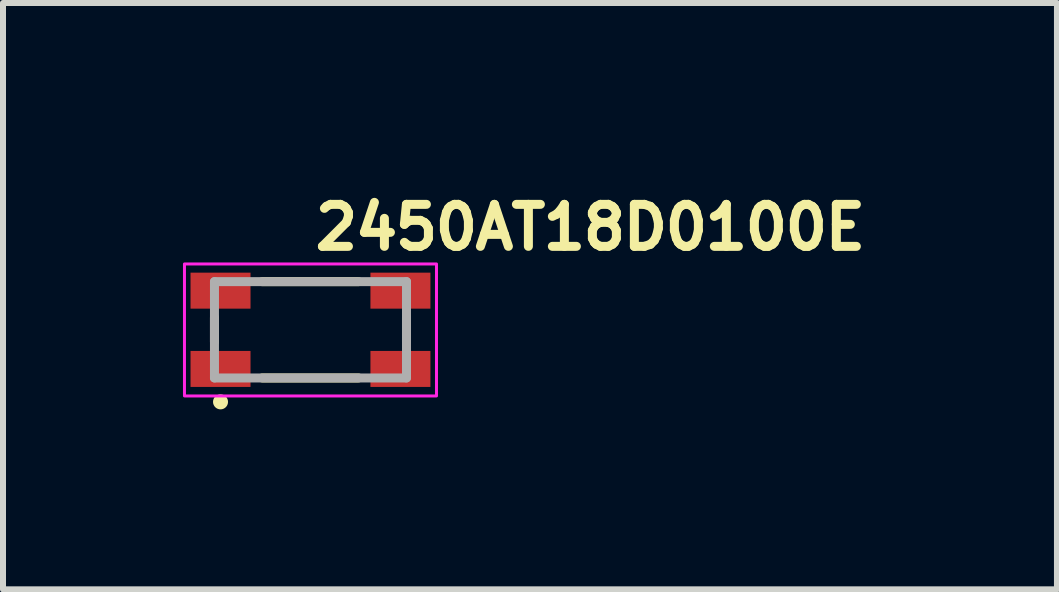
<source format=kicad_pcb>
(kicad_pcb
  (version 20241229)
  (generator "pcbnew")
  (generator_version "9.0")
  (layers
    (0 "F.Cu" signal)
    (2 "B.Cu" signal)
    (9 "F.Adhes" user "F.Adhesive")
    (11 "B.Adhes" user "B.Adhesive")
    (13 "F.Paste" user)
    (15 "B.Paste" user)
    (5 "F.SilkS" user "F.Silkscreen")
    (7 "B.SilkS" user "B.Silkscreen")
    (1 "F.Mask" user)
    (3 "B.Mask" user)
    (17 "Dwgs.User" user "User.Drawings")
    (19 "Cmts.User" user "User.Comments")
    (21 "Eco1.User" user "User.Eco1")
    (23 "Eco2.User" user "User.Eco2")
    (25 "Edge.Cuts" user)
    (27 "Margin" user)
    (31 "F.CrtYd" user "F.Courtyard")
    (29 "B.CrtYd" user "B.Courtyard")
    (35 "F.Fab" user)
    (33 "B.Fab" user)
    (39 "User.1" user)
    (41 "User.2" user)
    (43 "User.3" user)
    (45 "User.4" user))
  (footprint "2450AT18D0100E"
    (layer "F.Cu")
    (at 2.126 2.45)
    (property "Reference" "2450AT18D0100E" (at 0 -1.3 0) (layer "F.SilkS") (effects (font (size 0.7 0.7) (thickness 0.15)) (justify left bottom)))
    (attr smd)
    (fp_line (start -1.601 -0.205) (end -1.601 0.2) (stroke (width 0.15) (type solid)) (layer "F.SilkS"))
    (fp_line (start -0.805 -0.805) (end 0.8 -0.805) (stroke (width 0.15) (type solid)) (layer "F.SilkS"))
    (fp_line (start -0.805 0.8) (end 0.8 0.8) (stroke (width 0.15) (type solid)) (layer "F.SilkS"))
    (fp_line (start 1.6 -0.205) (end 1.6 0.2) (stroke (width 0.15) (type solid)) (layer "F.SilkS"))
    (fp_circle (center -1.5 1.199) (end -1.45 1.199) (stroke (width 0.15) (type solid)) (fill yes) (layer "F.SilkS"))
    (fp_rect (start -2.101 -1.1) (end 2.1 1.1) (stroke (width 0.05) (type solid)) (fill no) (layer "F.CrtYd"))
    (fp_line (start -1.601 -0.805) (end 1.6 -0.805) (stroke (width 0.15) (type solid)) (layer "F.Fab"))
    (fp_line (start -1.601 0.8) (end -1.601 -0.805) (stroke (width 0.15) (type solid)) (layer "F.Fab"))
    (fp_line (start 1.6 -0.805) (end 1.6 0.8) (stroke (width 0.15) (type solid)) (layer "F.Fab"))
    (fp_line (start 1.6 0.8) (end -1.601 0.8) (stroke (width 0.15) (type solid)) (layer "F.Fab"))
    (fp_rect (start -1.601 -0.802) (end 1.6 0.8) (stroke (width 0.1) (type solid)) (fill no) (layer "User.5"))
    (fp_line (start -1.601 -0.802) (end -1.601 -0.777) (stroke (width 0.02) (type solid)) (layer "User.9"))
    (fp_line (start -1.601 -0.783) (end -1.601 -0.781) (stroke (width 0.02) (type solid)) (layer "User.9"))
    (fp_line (start -1.601 -0.783) (end -1.601 -0.781) (stroke (width 0.02) (type solid)) (layer "User.9"))
    (fp_line (start -1.601 -0.781) (end -1.601 -0.78) (stroke (width 0.02) (type solid)) (layer "User.9"))
    (fp_line (start -1.601 -0.781) (end -1.601 -0.78) (stroke (width 0.02) (type solid)) (layer "User.9"))
    (fp_line (start -1.601 -0.78) (end -1.601 -0.779) (stroke (width 0.02) (type solid)) (layer "User.9"))
    (fp_line (start -1.601 -0.78) (end -1.601 -0.779) (stroke (width 0.02) (type solid)) (layer "User.9"))
    (fp_line (start -1.601 -0.779) (end -1.601 -0.778) (stroke (width 0.02) (type solid)) (layer "User.9"))
    (fp_line (start -1.601 -0.779) (end -1.601 -0.778) (stroke (width 0.02) (type solid)) (layer "User.9"))
    (fp_line (start -1.601 -0.778) (end -1.601 -0.777) (stroke (width 0.02) (type solid)) (layer "User.9"))
    (fp_line (start -1.601 -0.778) (end -1.601 -0.777) (stroke (width 0.02) (type solid)) (layer "User.9"))
    (fp_line (start -1.601 -0.777) (end -1.601 -0.527) (stroke (width 0.02) (type solid)) (layer "User.9"))
    (fp_line (start -1.601 -0.527) (end -1.601 -0.525) (stroke (width 0.02) (type solid)) (layer "User.9"))
    (fp_line (start -1.601 -0.527) (end -1.601 -0.525) (stroke (width 0.02) (type solid)) (layer "User.9"))
    (fp_line (start -1.601 -0.527) (end -1.601 0.525) (stroke (width 0.02) (type solid)) (layer "User.9"))
    (fp_line (start -1.601 -0.525) (end -1.601 -0.524) (stroke (width 0.02) (type solid)) (layer "User.9"))
    (fp_line (start -1.601 -0.525) (end -1.601 -0.524) (stroke (width 0.02) (type solid)) (layer "User.9"))
    (fp_line (start -1.601 -0.524) (end -1.601 -0.523) (stroke (width 0.02) (type solid)) (layer "User.9"))
    (fp_line (start -1.601 -0.524) (end -1.601 -0.523) (stroke (width 0.02) (type solid)) (layer "User.9"))
    (fp_line (start -1.601 -0.523) (end -1.601 -0.521) (stroke (width 0.02) (type solid)) (layer "User.9"))
    (fp_line (start -1.601 -0.523) (end -1.601 -0.521) (stroke (width 0.02) (type solid)) (layer "User.9"))
    (fp_line (start -1.601 -0.521) (end -1.601 -0.52) (stroke (width 0.02) (type solid)) (layer "User.9"))
    (fp_line (start -1.601 -0.521) (end -1.601 -0.52) (stroke (width 0.02) (type solid)) (layer "User.9"))
    (fp_line (start -1.601 -0.52) (end -1.599 -0.519) (stroke (width 0.02) (type solid)) (layer "User.9"))
    (fp_line (start -1.601 -0.52) (end -1.599 -0.519) (stroke (width 0.02) (type solid)) (layer "User.9"))
    (fp_line (start -1.601 0.518) (end -1.601 0.519) (stroke (width 0.02) (type solid)) (layer "User.9"))
    (fp_line (start -1.601 0.518) (end -1.601 0.519) (stroke (width 0.02) (type solid)) (layer "User.9"))
    (fp_line (start -1.601 0.519) (end -1.601 0.521) (stroke (width 0.02) (type solid)) (layer "User.9"))
    (fp_line (start -1.601 0.519) (end -1.601 0.521) (stroke (width 0.02) (type solid)) (layer "User.9"))
    (fp_line (start -1.601 0.521) (end -1.601 0.522) (stroke (width 0.02) (type solid)) (layer "User.9"))
    (fp_line (start -1.601 0.521) (end -1.601 0.522) (stroke (width 0.02) (type solid)) (layer "User.9"))
    (fp_line (start -1.601 0.522) (end -1.601 0.523) (stroke (width 0.02) (type solid)) (layer "User.9"))
    (fp_line (start -1.601 0.522) (end -1.601 0.523) (stroke (width 0.02) (type solid)) (layer "User.9"))
    (fp_line (start -1.601 0.523) (end -1.601 0.525) (stroke (width 0.02) (type solid)) (layer "User.9"))
    (fp_line (start -1.601 0.523) (end -1.601 0.525) (stroke (width 0.02) (type solid)) (layer "User.9"))
    (fp_line (start -1.601 0.525) (end -1.601 0.775) (stroke (width 0.02) (type solid)) (layer "User.9"))
    (fp_line (start -1.601 0.775) (end -1.601 0.776) (stroke (width 0.02) (type solid)) (layer "User.9"))
    (fp_line (start -1.601 0.775) (end -1.601 0.776) (stroke (width 0.02) (type solid)) (layer "User.9"))
    (fp_line (start -1.601 0.775) (end -1.601 0.8) (stroke (width 0.02) (type solid)) (layer "User.9"))
    (fp_line (start -1.601 0.776) (end -1.601 0.777) (stroke (width 0.02) (type solid)) (layer "User.9"))
    (fp_line (start -1.601 0.776) (end -1.601 0.777) (stroke (width 0.02) (type solid)) (layer "User.9"))
    (fp_line (start -1.601 0.777) (end -1.601 0.778) (stroke (width 0.02) (type solid)) (layer "User.9"))
    (fp_line (start -1.601 0.777) (end -1.601 0.778) (stroke (width 0.02) (type solid)) (layer "User.9"))
    (fp_line (start -1.601 0.778) (end -1.601 0.779) (stroke (width 0.02) (type solid)) (layer "User.9"))
    (fp_line (start -1.601 0.778) (end -1.601 0.779) (stroke (width 0.02) (type solid)) (layer "User.9"))
    (fp_line (start -1.601 0.779) (end -1.601 0.781) (stroke (width 0.02) (type solid)) (layer "User.9"))
    (fp_line (start -1.601 0.779) (end -1.601 0.781) (stroke (width 0.02) (type solid)) (layer "User.9"))
    (fp_line (start -1.601 0.781) (end -1.599 0.782) (stroke (width 0.02) (type solid)) (layer "User.9"))
    (fp_line (start -1.601 0.781) (end -1.599 0.782) (stroke (width 0.02) (type solid)) (layer "User.9"))
    (fp_line (start -1.601 0.8) (end -1.575 0.8) (stroke (width 0.02) (type solid)) (layer "User.9"))
    (fp_line (start -1.599 -0.788) (end -1.599 -0.787) (stroke (width 0.02) (type solid)) (layer "User.9"))
    (fp_line (start -1.599 -0.788) (end -1.599 -0.787) (stroke (width 0.02) (type solid)) (layer "User.9"))
    (fp_line (start -1.599 -0.787) (end -1.599 -0.786) (stroke (width 0.02) (type solid)) (layer "User.9"))
    (fp_line (start -1.599 -0.787) (end -1.599 -0.786) (stroke (width 0.02) (type solid)) (layer "User.9"))
    (fp_line (start -1.599 -0.786) (end -1.599 -0.785) (stroke (width 0.02) (type solid)) (layer "User.9"))
    (fp_line (start -1.599 -0.786) (end -1.599 -0.785) (stroke (width 0.02) (type solid)) (layer "User.9"))
    (fp_line (start -1.599 -0.785) (end -1.599 -0.784) (stroke (width 0.02) (type solid)) (layer "User.9"))
    (fp_line (start -1.599 -0.785) (end -1.599 -0.784) (stroke (width 0.02) (type solid)) (layer "User.9"))
    (fp_line (start -1.599 -0.784) (end -1.601 -0.783) (stroke (width 0.02) (type solid)) (layer "User.9"))
    (fp_line (start -1.599 -0.784) (end -1.601 -0.783) (stroke (width 0.02) (type solid)) (layer "User.9"))
    (fp_line (start -1.599 -0.519) (end -1.599 -0.518) (stroke (width 0.02) (type solid)) (layer "User.9"))
    (fp_line (start -1.599 -0.519) (end -1.599 -0.518) (stroke (width 0.02) (type solid)) (layer "User.9"))
    (fp_line (start -1.599 -0.518) (end -1.599 -0.517) (stroke (width 0.02) (type solid)) (layer "User.9"))
    (fp_line (start -1.599 -0.518) (end -1.599 -0.517) (stroke (width 0.02) (type solid)) (layer "User.9"))
    (fp_line (start -1.599 -0.517) (end -1.599 -0.516) (stroke (width 0.02) (type solid)) (layer "User.9"))
    (fp_line (start -1.599 -0.517) (end -1.599 -0.516) (stroke (width 0.02) (type solid)) (layer "User.9"))
    (fp_line (start -1.599 -0.516) (end -1.597 -0.515) (stroke (width 0.02) (type solid)) (layer "User.9"))
    (fp_line (start -1.599 -0.516) (end -1.597 -0.515) (stroke (width 0.02) (type solid)) (layer "User.9"))
    (fp_line (start -1.599 0.514) (end -1.599 0.515) (stroke (width 0.02) (type solid)) (layer "User.9"))
    (fp_line (start -1.599 0.514) (end -1.599 0.515) (stroke (width 0.02) (type solid)) (layer "User.9"))
    (fp_line (start -1.599 0.515) (end -1.599 0.516) (stroke (width 0.02) (type solid)) (layer "User.9"))
    (fp_line (start -1.599 0.515) (end -1.599 0.516) (stroke (width 0.02) (type solid)) (layer "User.9"))
    (fp_line (start -1.599 0.516) (end -1.599 0.517) (stroke (width 0.02) (type solid)) (layer "User.9"))
    (fp_line (start -1.599 0.516) (end -1.599 0.517) (stroke (width 0.02) (type solid)) (layer "User.9"))
    (fp_line (start -1.599 0.517) (end -1.601 0.518) (stroke (width 0.02) (type solid)) (layer "User.9"))
    (fp_line (start -1.599 0.517) (end -1.601 0.518) (stroke (width 0.02) (type solid)) (layer "User.9"))
    (fp_line (start -1.599 0.782) (end -1.599 0.783) (stroke (width 0.02) (type solid)) (layer "User.9"))
    (fp_line (start -1.599 0.782) (end -1.599 0.783) (stroke (width 0.02) (type solid)) (layer "User.9"))
    (fp_line (start -1.599 0.783) (end -1.599 0.784) (stroke (width 0.02) (type solid)) (layer "User.9"))
    (fp_line (start -1.599 0.783) (end -1.599 0.784) (stroke (width 0.02) (type solid)) (layer "User.9"))
    (fp_line (start -1.599 0.784) (end -1.599 0.785) (stroke (width 0.02) (type solid)) (layer "User.9"))
    (fp_line (start -1.599 0.784) (end -1.599 0.785) (stroke (width 0.02) (type solid)) (layer "User.9"))
    (fp_line (start -1.599 0.785) (end -1.599 0.786) (stroke (width 0.02) (type solid)) (layer "User.9"))
    (fp_line (start -1.599 0.785) (end -1.599 0.786) (stroke (width 0.02) (type solid)) (layer "User.9"))
    (fp_line (start -1.599 0.786) (end -1.597 0.787) (stroke (width 0.02) (type solid)) (layer "User.9"))
    (fp_line (start -1.599 0.786) (end -1.597 0.787) (stroke (width 0.02) (type solid)) (layer "User.9"))
    (fp_line (start -1.597 -0.791) (end -1.597 -0.79) (stroke (width 0.02) (type solid)) (layer "User.9"))
    (fp_line (start -1.597 -0.791) (end -1.597 -0.79) (stroke (width 0.02) (type solid)) (layer "User.9"))
    (fp_line (start -1.597 -0.79) (end -1.597 -0.789) (stroke (width 0.02) (type solid)) (layer "User.9"))
    (fp_line (start -1.597 -0.79) (end -1.597 -0.789) (stroke (width 0.02) (type solid)) (layer "User.9"))
    (fp_line (start -1.597 -0.789) (end -1.599 -0.788) (stroke (width 0.02) (type solid)) (layer "User.9"))
    (fp_line (start -1.597 -0.789) (end -1.599 -0.788) (stroke (width 0.02) (type solid)) (layer "User.9"))
    (fp_line (start -1.597 -0.515) (end -1.597 -0.514) (stroke (width 0.02) (type solid)) (layer "User.9"))
    (fp_line (start -1.597 -0.515) (end -1.597 -0.514) (stroke (width 0.02) (type solid)) (layer "User.9"))
    (fp_line (start -1.597 -0.514) (end -1.597 -0.512) (stroke (width 0.02) (type solid)) (layer "User.9"))
    (fp_line (start -1.597 -0.514) (end -1.597 -0.512) (stroke (width 0.02) (type solid)) (layer "User.9"))
    (fp_line (start -1.597 -0.512) (end -1.597 -0.511) (stroke (width 0.02) (type solid)) (layer "User.9"))
    (fp_line (start -1.597 -0.512) (end -1.597 -0.511) (stroke (width 0.02) (type solid)) (layer "User.9"))
    (fp_line (start -1.597 -0.511) (end -1.595 -0.51) (stroke (width 0.02) (type solid)) (layer "User.9"))
    (fp_line (start -1.597 -0.511) (end -1.595 -0.51) (stroke (width 0.02) (type solid)) (layer "User.9"))
    (fp_line (start -1.597 0.509) (end -1.597 0.51) (stroke (width 0.02) (type solid)) (layer "User.9"))
    (fp_line (start -1.597 0.509) (end -1.597 0.51) (stroke (width 0.02) (type solid)) (layer "User.9"))
    (fp_line (start -1.597 0.51) (end -1.597 0.512) (stroke (width 0.02) (type solid)) (layer "User.9"))
    (fp_line (start -1.597 0.51) (end -1.597 0.512) (stroke (width 0.02) (type solid)) (layer "User.9"))
    (fp_line (start -1.597 0.512) (end -1.597 0.513) (stroke (width 0.02) (type solid)) (layer "User.9"))
    (fp_line (start -1.597 0.512) (end -1.597 0.513) (stroke (width 0.02) (type solid)) (layer "User.9"))
    (fp_line (start -1.597 0.513) (end -1.599 0.514) (stroke (width 0.02) (type solid)) (layer "User.9"))
    (fp_line (start -1.597 0.513) (end -1.599 0.514) (stroke (width 0.02) (type solid)) (layer "User.9"))
    (fp_line (start -1.597 0.787) (end -1.597 0.788) (stroke (width 0.02) (type solid)) (layer "User.9"))
    (fp_line (start -1.597 0.787) (end -1.597 0.788) (stroke (width 0.02) (type solid)) (layer "User.9"))
    (fp_line (start -1.597 0.788) (end -1.597 0.789) (stroke (width 0.02) (type solid)) (layer "User.9"))
    (fp_line (start -1.597 0.788) (end -1.597 0.789) (stroke (width 0.02) (type solid)) (layer "User.9"))
    (fp_line (start -1.597 0.789) (end -1.595 0.79) (stroke (width 0.02) (type solid)) (layer "User.9"))
    (fp_line (start -1.597 0.789) (end -1.595 0.79) (stroke (width 0.02) (type solid)) (layer "User.9"))
    (fp_line (start -1.595 -0.793) (end -1.595 -0.792) (stroke (width 0.02) (type solid)) (layer "User.9"))
    (fp_line (start -1.595 -0.793) (end -1.595 -0.792) (stroke (width 0.02) (type solid)) (layer "User.9"))
    (fp_line (start -1.595 -0.792) (end -1.597 -0.791) (stroke (width 0.02) (type solid)) (layer "User.9"))
    (fp_line (start -1.595 -0.792) (end -1.597 -0.791) (stroke (width 0.02) (type solid)) (layer "User.9"))
    (fp_line (start -1.595 -0.51) (end -1.595 -0.509) (stroke (width 0.02) (type solid)) (layer "User.9"))
    (fp_line (start -1.595 -0.51) (end -1.595 -0.509) (stroke (width 0.02) (type solid)) (layer "User.9"))
    (fp_line (start -1.595 -0.509) (end -1.593 -0.508) (stroke (width 0.02) (type solid)) (layer "User.9"))
    (fp_line (start -1.595 -0.509) (end -1.593 -0.508) (stroke (width 0.02) (type solid)) (layer "User.9"))
    (fp_line (start -1.595 0.507) (end -1.595 0.508) (stroke (width 0.02) (type solid)) (layer "User.9"))
    (fp_line (start -1.595 0.507) (end -1.595 0.508) (stroke (width 0.02) (type solid)) (layer "User.9"))
    (fp_line (start -1.595 0.508) (end -1.597 0.509) (stroke (width 0.02) (type solid)) (layer "User.9"))
    (fp_line (start -1.595 0.508) (end -1.597 0.509) (stroke (width 0.02) (type solid)) (layer "User.9"))
    (fp_line (start -1.595 0.79) (end -1.595 0.791) (stroke (width 0.02) (type solid)) (layer "User.9"))
    (fp_line (start -1.595 0.79) (end -1.595 0.791) (stroke (width 0.02) (type solid)) (layer "User.9"))
    (fp_line (start -1.595 0.791) (end -1.593 0.792) (stroke (width 0.02) (type solid)) (layer "User.9"))
    (fp_line (start -1.595 0.791) (end -1.593 0.792) (stroke (width 0.02) (type solid)) (layer "User.9"))
    (fp_line (start -1.593 -0.795) (end -1.593 -0.794) (stroke (width 0.02) (type solid)) (layer "User.9"))
    (fp_line (start -1.593 -0.795) (end -1.593 -0.794) (stroke (width 0.02) (type solid)) (layer "User.9"))
    (fp_line (start -1.593 -0.794) (end -1.595 -0.793) (stroke (width 0.02) (type solid)) (layer "User.9"))
    (fp_line (start -1.593 -0.794) (end -1.595 -0.793) (stroke (width 0.02) (type solid)) (layer "User.9"))
    (fp_line (start -1.593 -0.794) (end -1.593 -0.794) (stroke (width 0.02) (type solid)) (layer "User.9"))
    (fp_line (start -1.593 -0.794) (end -1.593 -0.794) (stroke (width 0.02) (type solid)) (layer "User.9"))
    (fp_line (start -1.593 -0.508) (end -1.593 -0.507) (stroke (width 0.02) (type solid)) (layer "User.9"))
    (fp_line (start -1.593 -0.508) (end -1.593 -0.507) (stroke (width 0.02) (type solid)) (layer "User.9"))
    (fp_line (start -1.593 -0.507) (end -1.591 -0.506) (stroke (width 0.02) (type solid)) (layer "User.9"))
    (fp_line (start -1.593 -0.507) (end -1.591 -0.506) (stroke (width 0.02) (type solid)) (layer "User.9"))
    (fp_line (start -1.593 0.505) (end -1.593 0.506) (stroke (width 0.02) (type solid)) (layer "User.9"))
    (fp_line (start -1.593 0.505) (end -1.593 0.506) (stroke (width 0.02) (type solid)) (layer "User.9"))
    (fp_line (start -1.593 0.506) (end -1.595 0.507) (stroke (width 0.02) (type solid)) (layer "User.9"))
    (fp_line (start -1.593 0.506) (end -1.595 0.507) (stroke (width 0.02) (type solid)) (layer "User.9"))
    (fp_line (start -1.593 0.792) (end -1.593 0.792) (stroke (width 0.02) (type solid)) (layer "User.9"))
    (fp_line (start -1.593 0.792) (end -1.593 0.792) (stroke (width 0.02) (type solid)) (layer "User.9"))
    (fp_line (start -1.593 0.792) (end -1.593 0.793) (stroke (width 0.02) (type solid)) (layer "User.9"))
    (fp_line (start -1.593 0.792) (end -1.593 0.793) (stroke (width 0.02) (type solid)) (layer "User.9"))
    (fp_line (start -1.593 0.793) (end -1.591 0.794) (stroke (width 0.02) (type solid)) (layer "User.9"))
    (fp_line (start -1.593 0.793) (end -1.591 0.794) (stroke (width 0.02) (type solid)) (layer "User.9"))
    (fp_line (start -1.591 -0.797) (end -1.591 -0.796) (stroke (width 0.02) (type solid)) (layer "User.9"))
    (fp_line (start -1.591 -0.797) (end -1.591 -0.796) (stroke (width 0.02) (type solid)) (layer "User.9"))
    (fp_line (start -1.591 -0.796) (end -1.593 -0.795) (stroke (width 0.02) (type solid)) (layer "User.9"))
    (fp_line (start -1.591 -0.796) (end -1.593 -0.795) (stroke (width 0.02) (type solid)) (layer "User.9"))
    (fp_line (start -1.591 -0.506) (end -1.591 -0.505) (stroke (width 0.02) (type solid)) (layer "User.9"))
    (fp_line (start -1.591 -0.506) (end -1.591 -0.505) (stroke (width 0.02) (type solid)) (layer "User.9"))
    (fp_line (start -1.591 -0.505) (end -1.589 -0.505) (stroke (width 0.02) (type solid)) (layer "User.9"))
    (fp_line (start -1.591 -0.505) (end -1.589 -0.505) (stroke (width 0.02) (type solid)) (layer "User.9"))
    (fp_line (start -1.591 0.503) (end -1.591 0.504) (stroke (width 0.02) (type solid)) (layer "User.9"))
    (fp_line (start -1.591 0.503) (end -1.591 0.504) (stroke (width 0.02) (type solid)) (layer "User.9"))
    (fp_line (start -1.591 0.504) (end -1.593 0.505) (stroke (width 0.02) (type solid)) (layer "User.9"))
    (fp_line (start -1.591 0.504) (end -1.593 0.505) (stroke (width 0.02) (type solid)) (layer "User.9"))
    (fp_line (start -1.591 0.794) (end -1.591 0.795) (stroke (width 0.02) (type solid)) (layer "User.9"))
    (fp_line (start -1.591 0.794) (end -1.591 0.795) (stroke (width 0.02) (type solid)) (layer "User.9"))
    (fp_line (start -1.591 0.795) (end -1.589 0.795) (stroke (width 0.02) (type solid)) (layer "User.9"))
    (fp_line (start -1.591 0.795) (end -1.589 0.795) (stroke (width 0.02) (type solid)) (layer "User.9"))
    (fp_line (start -1.589 -0.798) (end -1.589 -0.797) (stroke (width 0.02) (type solid)) (layer "User.9"))
    (fp_line (start -1.589 -0.798) (end -1.589 -0.797) (stroke (width 0.02) (type solid)) (layer "User.9"))
    (fp_line (start -1.589 -0.797) (end -1.591 -0.797) (stroke (width 0.02) (type solid)) (layer "User.9"))
    (fp_line (start -1.589 -0.797) (end -1.591 -0.797) (stroke (width 0.02) (type solid)) (layer "User.9"))
    (fp_line (start -1.589 -0.505) (end -1.589 -0.504) (stroke (width 0.02) (type solid)) (layer "User.9"))
    (fp_line (start -1.589 -0.505) (end -1.589 -0.504) (stroke (width 0.02) (type solid)) (layer "User.9"))
    (fp_line (start -1.589 -0.504) (end -1.587 -0.504) (stroke (width 0.02) (type solid)) (layer "User.9"))
    (fp_line (start -1.589 -0.504) (end -1.587 -0.504) (stroke (width 0.02) (type solid)) (layer "User.9"))
    (fp_line (start -1.589 0.502) (end -1.589 0.503) (stroke (width 0.02) (type solid)) (layer "User.9"))
    (fp_line (start -1.589 0.502) (end -1.589 0.503) (stroke (width 0.02) (type solid)) (layer "User.9"))
    (fp_line (start -1.589 0.503) (end -1.591 0.503) (stroke (width 0.02) (type solid)) (layer "User.9"))
    (fp_line (start -1.589 0.503) (end -1.591 0.503) (stroke (width 0.02) (type solid)) (layer "User.9"))
    (fp_line (start -1.589 0.795) (end -1.589 0.796) (stroke (width 0.02) (type solid)) (layer "User.9"))
    (fp_line (start -1.589 0.795) (end -1.589 0.796) (stroke (width 0.02) (type solid)) (layer "User.9"))
    (fp_line (start -1.589 0.796) (end -1.587 0.797) (stroke (width 0.02) (type solid)) (layer "User.9"))
    (fp_line (start -1.589 0.796) (end -1.587 0.797) (stroke (width 0.02) (type solid)) (layer "User.9"))
    (fp_line (start -1.587 -0.799) (end -1.589 -0.798) (stroke (width 0.02) (type solid)) (layer "User.9"))
    (fp_line (start -1.587 -0.799) (end -1.589 -0.798) (stroke (width 0.02) (type solid)) (layer "User.9"))
    (fp_line (start -1.587 -0.799) (end -1.587 -0.799) (stroke (width 0.02) (type solid)) (layer "User.9"))
    (fp_line (start -1.587 -0.799) (end -1.587 -0.799) (stroke (width 0.02) (type solid)) (layer "User.9"))
    (fp_line (start -1.587 -0.504) (end -1.587 -0.503) (stroke (width 0.02) (type solid)) (layer "User.9"))
    (fp_line (start -1.587 -0.504) (end -1.587 -0.503) (stroke (width 0.02) (type solid)) (layer "User.9"))
    (fp_line (start -1.587 -0.503) (end -1.585 -0.502) (stroke (width 0.02) (type solid)) (layer "User.9"))
    (fp_line (start -1.587 -0.503) (end -1.585 -0.502) (stroke (width 0.02) (type solid)) (layer "User.9"))
    (fp_line (start -1.587 0.501) (end -1.587 0.502) (stroke (width 0.02) (type solid)) (layer "User.9"))
    (fp_line (start -1.587 0.501) (end -1.587 0.502) (stroke (width 0.02) (type solid)) (layer "User.9"))
    (fp_line (start -1.587 0.502) (end -1.589 0.502) (stroke (width 0.02) (type solid)) (layer "User.9"))
    (fp_line (start -1.587 0.502) (end -1.589 0.502) (stroke (width 0.02) (type solid)) (layer "User.9"))
    (fp_line (start -1.587 0.797) (end -1.587 0.797) (stroke (width 0.02) (type solid)) (layer "User.9"))
    (fp_line (start -1.587 0.797) (end -1.587 0.797) (stroke (width 0.02) (type solid)) (layer "User.9"))
    (fp_line (start -1.587 0.797) (end -1.585 0.798) (stroke (width 0.02) (type solid)) (layer "User.9"))
    (fp_line (start -1.587 0.797) (end -1.585 0.798) (stroke (width 0.02) (type solid)) (layer "User.9"))
    (fp_line (start -1.585 -0.8) (end -1.587 -0.799) (stroke (width 0.02) (type solid)) (layer "User.9"))
    (fp_line (start -1.585 -0.8) (end -1.587 -0.799) (stroke (width 0.02) (type solid)) (layer "User.9"))
    (fp_line (start -1.585 -0.8) (end -1.585 -0.8) (stroke (width 0.02) (type solid)) (layer "User.9"))
    (fp_line (start -1.585 -0.8) (end -1.585 -0.8) (stroke (width 0.02) (type solid)) (layer "User.9"))
    (fp_line (start -1.585 -0.502) (end -1.585 -0.502) (stroke (width 0.02) (type solid)) (layer "User.9"))
    (fp_line (start -1.585 -0.502) (end -1.585 -0.502) (stroke (width 0.02) (type solid)) (layer "User.9"))
    (fp_line (start -1.585 -0.502) (end -1.583 -0.502) (stroke (width 0.02) (type solid)) (layer "User.9"))
    (fp_line (start -1.585 -0.502) (end -1.583 -0.502) (stroke (width 0.02) (type solid)) (layer "User.9"))
    (fp_line (start -1.585 0.5) (end -1.587 0.501) (stroke (width 0.02) (type solid)) (layer "User.9"))
    (fp_line (start -1.585 0.5) (end -1.587 0.501) (stroke (width 0.02) (type solid)) (layer "User.9"))
    (fp_line (start -1.585 0.5) (end -1.585 0.5) (stroke (width 0.02) (type solid)) (layer "User.9"))
    (fp_line (start -1.585 0.5) (end -1.585 0.5) (stroke (width 0.02) (type solid)) (layer "User.9"))
    (fp_line (start -1.585 0.798) (end -1.585 0.798) (stroke (width 0.02) (type solid)) (layer "User.9"))
    (fp_line (start -1.585 0.798) (end -1.585 0.798) (stroke (width 0.02) (type solid)) (layer "User.9"))
    (fp_line (start -1.585 0.798) (end -1.583 0.798) (stroke (width 0.02) (type solid)) (layer "User.9"))
    (fp_line (start -1.585 0.798) (end -1.583 0.798) (stroke (width 0.02) (type solid)) (layer "User.9"))
    (fp_line (start -1.583 -0.801) (end -1.583 -0.8) (stroke (width 0.02) (type solid)) (layer "User.9"))
    (fp_line (start -1.583 -0.801) (end -1.583 -0.8) (stroke (width 0.02) (type solid)) (layer "User.9"))
    (fp_line (start -1.583 -0.8) (end -1.585 -0.8) (stroke (width 0.02) (type solid)) (layer "User.9"))
    (fp_line (start -1.583 -0.8) (end -1.585 -0.8) (stroke (width 0.02) (type solid)) (layer "User.9"))
    (fp_line (start -1.583 -0.502) (end -1.583 -0.501) (stroke (width 0.02) (type solid)) (layer "User.9"))
    (fp_line (start -1.583 -0.502) (end -1.583 -0.501) (stroke (width 0.02) (type solid)) (layer "User.9"))
    (fp_line (start -1.583 -0.501) (end -1.581 -0.501) (stroke (width 0.02) (type solid)) (layer "User.9"))
    (fp_line (start -1.583 -0.501) (end -1.581 -0.501) (stroke (width 0.02) (type solid)) (layer "User.9"))
    (fp_line (start -1.583 0.499) (end -1.583 0.5) (stroke (width 0.02) (type solid)) (layer "User.9"))
    (fp_line (start -1.583 0.499) (end -1.583 0.5) (stroke (width 0.02) (type solid)) (layer "User.9"))
    (fp_line (start -1.583 0.5) (end -1.585 0.5) (stroke (width 0.02) (type solid)) (layer "User.9"))
    (fp_line (start -1.583 0.5) (end -1.585 0.5) (stroke (width 0.02) (type solid)) (layer "User.9"))
    (fp_line (start -1.583 0.798) (end -1.583 0.799) (stroke (width 0.02) (type solid)) (layer "User.9"))
    (fp_line (start -1.583 0.798) (end -1.583 0.799) (stroke (width 0.02) (type solid)) (layer "User.9"))
    (fp_line (start -1.583 0.799) (end -1.581 0.799) (stroke (width 0.02) (type solid)) (layer "User.9"))
    (fp_line (start -1.583 0.799) (end -1.581 0.799) (stroke (width 0.02) (type solid)) (layer "User.9"))
    (fp_line (start -1.581 -0.801) (end -1.583 -0.801) (stroke (width 0.02) (type solid)) (layer "User.9"))
    (fp_line (start -1.581 -0.801) (end -1.583 -0.801) (stroke (width 0.02) (type solid)) (layer "User.9"))
    (fp_line (start -1.581 -0.501) (end -1.579 -0.501) (stroke (width 0.02) (type solid)) (layer "User.9"))
    (fp_line (start -1.581 -0.501) (end -1.579 -0.501) (stroke (width 0.02) (type solid)) (layer "User.9"))
    (fp_line (start -1.581 0.499) (end -1.583 0.499) (stroke (width 0.02) (type solid)) (layer "User.9"))
    (fp_line (start -1.581 0.499) (end -1.583 0.499) (stroke (width 0.02) (type solid)) (layer "User.9"))
    (fp_line (start -1.581 0.799) (end -1.579 0.799) (stroke (width 0.02) (type solid)) (layer "User.9"))
    (fp_line (start -1.581 0.799) (end -1.579 0.799) (stroke (width 0.02) (type solid)) (layer "User.9"))
    (fp_line (start -1.579 -0.801) (end -1.581 -0.801) (stroke (width 0.02) (type solid)) (layer "User.9"))
    (fp_line (start -1.579 -0.801) (end -1.581 -0.801) (stroke (width 0.02) (type solid)) (layer "User.9"))
    (fp_line (start -1.579 -0.801) (end -1.579 -0.801) (stroke (width 0.02) (type solid)) (layer "User.9"))
    (fp_line (start -1.579 -0.801) (end -1.579 -0.801) (stroke (width 0.02) (type solid)) (layer "User.9"))
    (fp_line (start -1.579 -0.501) (end -1.579 -0.501) (stroke (width 0.02) (type solid)) (layer "User.9"))
    (fp_line (start -1.579 -0.501) (end -1.579 -0.501) (stroke (width 0.02) (type solid)) (layer "User.9"))
    (fp_line (start -1.579 -0.501) (end -1.577 -0.501) (stroke (width 0.02) (type solid)) (layer "User.9"))
    (fp_line (start -1.579 -0.501) (end -1.577 -0.501) (stroke (width 0.02) (type solid)) (layer "User.9"))
    (fp_line (start -1.579 0.499) (end -1.581 0.499) (stroke (width 0.02) (type solid)) (layer "User.9"))
    (fp_line (start -1.579 0.499) (end -1.581 0.499) (stroke (width 0.02) (type solid)) (layer "User.9"))
    (fp_line (start -1.579 0.499) (end -1.579 0.499) (stroke (width 0.02) (type solid)) (layer "User.9"))
    (fp_line (start -1.579 0.499) (end -1.579 0.499) (stroke (width 0.02) (type solid)) (layer "User.9"))
    (fp_line (start -1.579 0.799) (end -1.579 0.799) (stroke (width 0.02) (type solid)) (layer "User.9"))
    (fp_line (start -1.579 0.799) (end -1.579 0.799) (stroke (width 0.02) (type solid)) (layer "User.9"))
    (fp_line (start -1.579 0.799) (end -1.577 0.799) (stroke (width 0.02) (type solid)) (layer "User.9"))
    (fp_line (start -1.579 0.799) (end -1.577 0.799) (stroke (width 0.02) (type solid)) (layer "User.9"))
    (fp_line (start -1.577 -0.801) (end -1.579 -0.801) (stroke (width 0.02) (type solid)) (layer "User.9"))
    (fp_line (start -1.577 -0.801) (end -1.579 -0.801) (stroke (width 0.02) (type solid)) (layer "User.9"))
    (fp_line (start -1.577 -0.501) (end -1.575 -0.5) (stroke (width 0.02) (type solid)) (layer "User.9"))
    (fp_line (start -1.577 -0.501) (end -1.575 -0.5) (stroke (width 0.02) (type solid)) (layer "User.9"))
    (fp_line (start -1.577 0.499) (end -1.579 0.499) (stroke (width 0.02) (type solid)) (layer "User.9"))
    (fp_line (start -1.577 0.499) (end -1.579 0.499) (stroke (width 0.02) (type solid)) (layer "User.9"))
    (fp_line (start -1.577 0.799) (end -1.575 0.8) (stroke (width 0.02) (type solid)) (layer "User.9"))
    (fp_line (start -1.577 0.799) (end -1.575 0.8) (stroke (width 0.02) (type solid)) (layer "User.9"))
    (fp_line (start -1.575 -0.802) (end -1.601 -0.802) (stroke (width 0.02) (type solid)) (layer "User.9"))
    (fp_line (start -1.575 -0.802) (end -1.577 -0.801) (stroke (width 0.02) (type solid)) (layer "User.9"))
    (fp_line (start -1.575 -0.802) (end -1.577 -0.801) (stroke (width 0.02) (type solid)) (layer "User.9"))
    (fp_line (start -1.575 -0.5) (end -1.125 -0.5) (stroke (width 0.02) (type solid)) (layer "User.9"))
    (fp_line (start -1.575 -0.5) (end -1.125 -0.5) (stroke (width 0.02) (type solid)) (layer "User.9"))
    (fp_line (start -1.575 0.498) (end -1.577 0.499) (stroke (width 0.02) (type solid)) (layer "User.9"))
    (fp_line (start -1.575 0.498) (end -1.577 0.499) (stroke (width 0.02) (type solid)) (layer "User.9"))
    (fp_line (start -1.575 0.8) (end -1.125 0.8) (stroke (width 0.02) (type solid)) (layer "User.9"))
    (fp_line (start -1.125 -0.802) (end -1.575 -0.802) (stroke (width 0.02) (type solid)) (layer "User.9"))
    (fp_line (start -1.125 -0.801) (end -1.125 -0.802) (stroke (width 0.02) (type solid)) (layer "User.9"))
    (fp_line (start -1.125 -0.801) (end -1.125 -0.802) (stroke (width 0.02) (type solid)) (layer "User.9"))
    (fp_line (start -1.125 -0.501) (end -1.123 -0.501) (stroke (width 0.02) (type solid)) (layer "User.9"))
    (fp_line (start -1.125 -0.501) (end -1.123 -0.501) (stroke (width 0.02) (type solid)) (layer "User.9"))
    (fp_line (start -1.125 -0.5) (end -1.125 -0.501) (stroke (width 0.02) (type solid)) (layer "User.9"))
    (fp_line (start -1.125 -0.5) (end -1.125 -0.501) (stroke (width 0.02) (type solid)) (layer "User.9"))
    (fp_line (start -1.125 0.498) (end -1.575 0.498) (stroke (width 0.02) (type solid)) (layer "User.9"))
    (fp_line (start -1.125 0.498) (end -1.575 0.498) (stroke (width 0.02) (type solid)) (layer "User.9"))
    (fp_line (start -1.125 0.499) (end -1.125 0.498) (stroke (width 0.02) (type solid)) (layer "User.9"))
    (fp_line (start -1.125 0.499) (end -1.125 0.498) (stroke (width 0.02) (type solid)) (layer "User.9"))
    (fp_line (start -1.125 0.799) (end -1.123 0.799) (stroke (width 0.02) (type solid)) (layer "User.9"))
    (fp_line (start -1.125 0.799) (end -1.123 0.799) (stroke (width 0.02) (type solid)) (layer "User.9"))
    (fp_line (start -1.125 0.8) (end -1.125 0.799) (stroke (width 0.02) (type solid)) (layer "User.9"))
    (fp_line (start -1.125 0.8) (end -1.125 0.799) (stroke (width 0.02) (type solid)) (layer "User.9"))
    (fp_line (start -1.125 0.8) (end 1.124 0.8) (stroke (width 0.02) (type solid)) (layer "User.9"))
    (fp_line (start -1.123 -0.801) (end -1.125 -0.801) (stroke (width 0.02) (type solid)) (layer "User.9"))
    (fp_line (start -1.123 -0.801) (end -1.125 -0.801) (stroke (width 0.02) (type solid)) (layer "User.9"))
    (fp_line (start -1.123 -0.801) (end -1.123 -0.801) (stroke (width 0.02) (type solid)) (layer "User.9"))
    (fp_line (start -1.123 -0.801) (end -1.123 -0.801) (stroke (width 0.02) (type solid)) (layer "User.9"))
    (fp_line (start -1.123 -0.501) (end -1.123 -0.501) (stroke (width 0.02) (type solid)) (layer "User.9"))
    (fp_line (start -1.123 -0.501) (end -1.123 -0.501) (stroke (width 0.02) (type solid)) (layer "User.9"))
    (fp_line (start -1.123 -0.501) (end -1.121 -0.501) (stroke (width 0.02) (type solid)) (layer "User.9"))
    (fp_line (start -1.123 -0.501) (end -1.121 -0.501) (stroke (width 0.02) (type solid)) (layer "User.9"))
    (fp_line (start -1.123 0.499) (end -1.125 0.499) (stroke (width 0.02) (type solid)) (layer "User.9"))
    (fp_line (start -1.123 0.499) (end -1.125 0.499) (stroke (width 0.02) (type solid)) (layer "User.9"))
    (fp_line (start -1.123 0.499) (end -1.123 0.499) (stroke (width 0.02) (type solid)) (layer "User.9"))
    (fp_line (start -1.123 0.499) (end -1.123 0.499) (stroke (width 0.02) (type solid)) (layer "User.9"))
    (fp_line (start -1.123 0.799) (end -1.123 0.799) (stroke (width 0.02) (type solid)) (layer "User.9"))
    (fp_line (start -1.123 0.799) (end -1.123 0.799) (stroke (width 0.02) (type solid)) (layer "User.9"))
    (fp_line (start -1.123 0.799) (end -1.121 0.799) (stroke (width 0.02) (type solid)) (layer "User.9"))
    (fp_line (start -1.123 0.799) (end -1.121 0.799) (stroke (width 0.02) (type solid)) (layer "User.9"))
    (fp_line (start -1.121 -0.801) (end -1.123 -0.801) (stroke (width 0.02) (type solid)) (layer "User.9"))
    (fp_line (start -1.121 -0.801) (end -1.123 -0.801) (stroke (width 0.02) (type solid)) (layer "User.9"))
    (fp_line (start -1.121 -0.501) (end -1.119 -0.501) (stroke (width 0.02) (type solid)) (layer "User.9"))
    (fp_line (start -1.121 -0.501) (end -1.119 -0.501) (stroke (width 0.02) (type solid)) (layer "User.9"))
    (fp_line (start -1.121 0.499) (end -1.123 0.499) (stroke (width 0.02) (type solid)) (layer "User.9"))
    (fp_line (start -1.121 0.499) (end -1.123 0.499) (stroke (width 0.02) (type solid)) (layer "User.9"))
    (fp_line (start -1.121 0.799) (end -1.119 0.799) (stroke (width 0.02) (type solid)) (layer "User.9"))
    (fp_line (start -1.121 0.799) (end -1.119 0.799) (stroke (width 0.02) (type solid)) (layer "User.9"))
    (fp_line (start -1.119 -0.801) (end -1.121 -0.801) (stroke (width 0.02) (type solid)) (layer "User.9"))
    (fp_line (start -1.119 -0.801) (end -1.121 -0.801) (stroke (width 0.02) (type solid)) (layer "User.9"))
    (fp_line (start -1.119 -0.8) (end -1.119 -0.801) (stroke (width 0.02) (type solid)) (layer "User.9"))
    (fp_line (start -1.119 -0.8) (end -1.119 -0.801) (stroke (width 0.02) (type solid)) (layer "User.9"))
    (fp_line (start -1.119 -0.502) (end -1.117 -0.502) (stroke (width 0.02) (type solid)) (layer "User.9"))
    (fp_line (start -1.119 -0.502) (end -1.117 -0.502) (stroke (width 0.02) (type solid)) (layer "User.9"))
    (fp_line (start -1.119 -0.501) (end -1.119 -0.502) (stroke (width 0.02) (type solid)) (layer "User.9"))
    (fp_line (start -1.119 -0.501) (end -1.119 -0.502) (stroke (width 0.02) (type solid)) (layer "User.9"))
    (fp_line (start -1.119 0.499) (end -1.121 0.499) (stroke (width 0.02) (type solid)) (layer "User.9"))
    (fp_line (start -1.119 0.499) (end -1.121 0.499) (stroke (width 0.02) (type solid)) (layer "User.9"))
    (fp_line (start -1.119 0.5) (end -1.119 0.499) (stroke (width 0.02) (type solid)) (layer "User.9"))
    (fp_line (start -1.119 0.5) (end -1.119 0.499) (stroke (width 0.02) (type solid)) (layer "User.9"))
    (fp_line (start -1.119 0.798) (end -1.117 0.798) (stroke (width 0.02) (type solid)) (layer "User.9"))
    (fp_line (start -1.119 0.798) (end -1.117 0.798) (stroke (width 0.02) (type solid)) (layer "User.9"))
    (fp_line (start -1.119 0.799) (end -1.119 0.798) (stroke (width 0.02) (type solid)) (layer "User.9"))
    (fp_line (start -1.119 0.799) (end -1.119 0.798) (stroke (width 0.02) (type solid)) (layer "User.9"))
    (fp_line (start -1.117 -0.8) (end -1.119 -0.8) (stroke (width 0.02) (type solid)) (layer "User.9"))
    (fp_line (start -1.117 -0.8) (end -1.119 -0.8) (stroke (width 0.02) (type solid)) (layer "User.9"))
    (fp_line (start -1.117 -0.8) (end -1.117 -0.8) (stroke (width 0.02) (type solid)) (layer "User.9"))
    (fp_line (start -1.117 -0.8) (end -1.117 -0.8) (stroke (width 0.02) (type solid)) (layer "User.9"))
    (fp_line (start -1.117 -0.502) (end -1.117 -0.502) (stroke (width 0.02) (type solid)) (layer "User.9"))
    (fp_line (start -1.117 -0.502) (end -1.117 -0.502) (stroke (width 0.02) (type solid)) (layer "User.9"))
    (fp_line (start -1.117 -0.502) (end -1.115 -0.503) (stroke (width 0.02) (type solid)) (layer "User.9"))
    (fp_line (start -1.117 -0.502) (end -1.115 -0.503) (stroke (width 0.02) (type solid)) (layer "User.9"))
    (fp_line (start -1.117 0.5) (end -1.119 0.5) (stroke (width 0.02) (type solid)) (layer "User.9"))
    (fp_line (start -1.117 0.5) (end -1.119 0.5) (stroke (width 0.02) (type solid)) (layer "User.9"))
    (fp_line (start -1.117 0.5) (end -1.117 0.5) (stroke (width 0.02) (type solid)) (layer "User.9"))
    (fp_line (start -1.117 0.5) (end -1.117 0.5) (stroke (width 0.02) (type solid)) (layer "User.9"))
    (fp_line (start -1.117 0.798) (end -1.117 0.798) (stroke (width 0.02) (type solid)) (layer "User.9"))
    (fp_line (start -1.117 0.798) (end -1.117 0.798) (stroke (width 0.02) (type solid)) (layer "User.9"))
    (fp_line (start -1.117 0.798) (end -1.115 0.797) (stroke (width 0.02) (type solid)) (layer "User.9"))
    (fp_line (start -1.117 0.798) (end -1.115 0.797) (stroke (width 0.02) (type solid)) (layer "User.9"))
    (fp_line (start -1.115 -0.799) (end -1.117 -0.8) (stroke (width 0.02) (type solid)) (layer "User.9"))
    (fp_line (start -1.115 -0.799) (end -1.117 -0.8) (stroke (width 0.02) (type solid)) (layer "User.9"))
    (fp_line (start -1.115 -0.799) (end -1.115 -0.799) (stroke (width 0.02) (type solid)) (layer "User.9"))
    (fp_line (start -1.115 -0.799) (end -1.115 -0.799) (stroke (width 0.02) (type solid)) (layer "User.9"))
    (fp_line (start -1.115 -0.504) (end -1.113 -0.504) (stroke (width 0.02) (type solid)) (layer "User.9"))
    (fp_line (start -1.115 -0.504) (end -1.113 -0.504) (stroke (width 0.02) (type solid)) (layer "User.9"))
    (fp_line (start -1.115 -0.503) (end -1.115 -0.504) (stroke (width 0.02) (type solid)) (layer "User.9"))
    (fp_line (start -1.115 -0.503) (end -1.115 -0.504) (stroke (width 0.02) (type solid)) (layer "User.9"))
    (fp_line (start -1.115 0.501) (end -1.117 0.5) (stroke (width 0.02) (type solid)) (layer "User.9"))
    (fp_line (start -1.115 0.501) (end -1.117 0.5) (stroke (width 0.02) (type solid)) (layer "User.9"))
    (fp_line (start -1.115 0.502) (end -1.115 0.501) (stroke (width 0.02) (type solid)) (layer "User.9"))
    (fp_line (start -1.115 0.502) (end -1.115 0.501) (stroke (width 0.02) (type solid)) (layer "User.9"))
    (fp_line (start -1.115 0.797) (end -1.115 0.797) (stroke (width 0.02) (type solid)) (layer "User.9"))
    (fp_line (start -1.115 0.797) (end -1.115 0.797) (stroke (width 0.02) (type solid)) (layer "User.9"))
    (fp_line (start -1.115 0.797) (end -1.113 0.796) (stroke (width 0.02) (type solid)) (layer "User.9"))
    (fp_line (start -1.115 0.797) (end -1.113 0.796) (stroke (width 0.02) (type solid)) (layer "User.9"))
    (fp_line (start -1.113 -0.798) (end -1.115 -0.799) (stroke (width 0.02) (type solid)) (layer "User.9"))
    (fp_line (start -1.113 -0.798) (end -1.115 -0.799) (stroke (width 0.02) (type solid)) (layer "User.9"))
    (fp_line (start -1.113 -0.797) (end -1.113 -0.798) (stroke (width 0.02) (type solid)) (layer "User.9"))
    (fp_line (start -1.113 -0.797) (end -1.113 -0.798) (stroke (width 0.02) (type solid)) (layer "User.9"))
    (fp_line (start -1.113 -0.505) (end -1.111 -0.505) (stroke (width 0.02) (type solid)) (layer "User.9"))
    (fp_line (start -1.113 -0.505) (end -1.111 -0.505) (stroke (width 0.02) (type solid)) (layer "User.9"))
    (fp_line (start -1.113 -0.504) (end -1.113 -0.505) (stroke (width 0.02) (type solid)) (layer "User.9"))
    (fp_line (start -1.113 -0.504) (end -1.113 -0.505) (stroke (width 0.02) (type solid)) (layer "User.9"))
    (fp_line (start -1.113 0.502) (end -1.115 0.502) (stroke (width 0.02) (type solid)) (layer "User.9"))
    (fp_line (start -1.113 0.502) (end -1.115 0.502) (stroke (width 0.02) (type solid)) (layer "User.9"))
    (fp_line (start -1.113 0.503) (end -1.113 0.502) (stroke (width 0.02) (type solid)) (layer "User.9"))
    (fp_line (start -1.113 0.503) (end -1.113 0.502) (stroke (width 0.02) (type solid)) (layer "User.9"))
    (fp_line (start -1.113 0.795) (end -1.111 0.795) (stroke (width 0.02) (type solid)) (layer "User.9"))
    (fp_line (start -1.113 0.795) (end -1.111 0.795) (stroke (width 0.02) (type solid)) (layer "User.9"))
    (fp_line (start -1.113 0.796) (end -1.113 0.795) (stroke (width 0.02) (type solid)) (layer "User.9"))
    (fp_line (start -1.113 0.796) (end -1.113 0.795) (stroke (width 0.02) (type solid)) (layer "User.9"))
    (fp_line (start -1.111 -0.797) (end -1.113 -0.797) (stroke (width 0.02) (type solid)) (layer "User.9"))
    (fp_line (start -1.111 -0.797) (end -1.113 -0.797) (stroke (width 0.02) (type solid)) (layer "User.9"))
    (fp_line (start -1.111 -0.796) (end -1.111 -0.797) (stroke (width 0.02) (type solid)) (layer "User.9"))
    (fp_line (start -1.111 -0.796) (end -1.111 -0.797) (stroke (width 0.02) (type solid)) (layer "User.9"))
    (fp_line (start -1.111 -0.506) (end -1.109 -0.507) (stroke (width 0.02) (type solid)) (layer "User.9"))
    (fp_line (start -1.111 -0.506) (end -1.109 -0.507) (stroke (width 0.02) (type solid)) (layer "User.9"))
    (fp_line (start -1.111 -0.505) (end -1.111 -0.506) (stroke (width 0.02) (type solid)) (layer "User.9"))
    (fp_line (start -1.111 -0.505) (end -1.111 -0.506) (stroke (width 0.02) (type solid)) (layer "User.9"))
    (fp_line (start -1.111 0.503) (end -1.113 0.503) (stroke (width 0.02) (type solid)) (layer "User.9"))
    (fp_line (start -1.111 0.503) (end -1.113 0.503) (stroke (width 0.02) (type solid)) (layer "User.9"))
    (fp_line (start -1.111 0.504) (end -1.111 0.503) (stroke (width 0.02) (type solid)) (layer "User.9"))
    (fp_line (start -1.111 0.504) (end -1.111 0.503) (stroke (width 0.02) (type solid)) (layer "User.9"))
    (fp_line (start -1.111 0.794) (end -1.109 0.793) (stroke (width 0.02) (type solid)) (layer "User.9"))
    (fp_line (start -1.111 0.794) (end -1.109 0.793) (stroke (width 0.02) (type solid)) (layer "User.9"))
    (fp_line (start -1.111 0.795) (end -1.111 0.794) (stroke (width 0.02) (type solid)) (layer "User.9"))
    (fp_line (start -1.111 0.795) (end -1.111 0.794) (stroke (width 0.02) (type solid)) (layer "User.9"))
    (fp_line (start -1.109 -0.795) (end -1.111 -0.796) (stroke (width 0.02) (type solid)) (layer "User.9"))
    (fp_line (start -1.109 -0.795) (end -1.111 -0.796) (stroke (width 0.02) (type solid)) (layer "User.9"))
    (fp_line (start -1.109 -0.794) (end -1.109 -0.795) (stroke (width 0.02) (type solid)) (layer "User.9"))
    (fp_line (start -1.109 -0.794) (end -1.109 -0.795) (stroke (width 0.02) (type solid)) (layer "User.9"))
    (fp_line (start -1.109 -0.794) (end -1.109 -0.794) (stroke (width 0.02) (type solid)) (layer "User.9"))
    (fp_line (start -1.109 -0.794) (end -1.109 -0.794) (stroke (width 0.02) (type solid)) (layer "User.9"))
    (fp_line (start -1.109 -0.508) (end -1.107 -0.509) (stroke (width 0.02) (type solid)) (layer "User.9"))
    (fp_line (start -1.109 -0.508) (end -1.107 -0.509) (stroke (width 0.02) (type solid)) (layer "User.9"))
    (fp_line (start -1.109 -0.507) (end -1.109 -0.508) (stroke (width 0.02) (type solid)) (layer "User.9"))
    (fp_line (start -1.109 -0.507) (end -1.109 -0.508) (stroke (width 0.02) (type solid)) (layer "User.9"))
    (fp_line (start -1.109 0.505) (end -1.111 0.504) (stroke (width 0.02) (type solid)) (layer "User.9"))
    (fp_line (start -1.109 0.505) (end -1.111 0.504) (stroke (width 0.02) (type solid)) (layer "User.9"))
    (fp_line (start -1.109 0.506) (end -1.109 0.505) (stroke (width 0.02) (type solid)) (layer "User.9"))
    (fp_line (start -1.109 0.506) (end -1.109 0.505) (stroke (width 0.02) (type solid)) (layer "User.9"))
    (fp_line (start -1.109 0.792) (end -1.109 0.792) (stroke (width 0.02) (type solid)) (layer "User.9"))
    (fp_line (start -1.109 0.792) (end -1.109 0.792) (stroke (width 0.02) (type solid)) (layer "User.9"))
    (fp_line (start -1.109 0.792) (end -1.107 0.791) (stroke (width 0.02) (type solid)) (layer "User.9"))
    (fp_line (start -1.109 0.792) (end -1.107 0.791) (stroke (width 0.02) (type solid)) (layer "User.9"))
    (fp_line (start -1.109 0.793) (end -1.109 0.792) (stroke (width 0.02) (type solid)) (layer "User.9"))
    (fp_line (start -1.109 0.793) (end -1.109 0.792) (stroke (width 0.02) (type solid)) (layer "User.9"))
    (fp_line (start -1.107 -0.793) (end -1.109 -0.794) (stroke (width 0.02) (type solid)) (layer "User.9"))
    (fp_line (start -1.107 -0.793) (end -1.109 -0.794) (stroke (width 0.02) (type solid)) (layer "User.9"))
    (fp_line (start -1.107 -0.792) (end -1.107 -0.793) (stroke (width 0.02) (type solid)) (layer "User.9"))
    (fp_line (start -1.107 -0.792) (end -1.107 -0.793) (stroke (width 0.02) (type solid)) (layer "User.9"))
    (fp_line (start -1.107 -0.51) (end -1.105 -0.511) (stroke (width 0.02) (type solid)) (layer "User.9"))
    (fp_line (start -1.107 -0.51) (end -1.105 -0.511) (stroke (width 0.02) (type solid)) (layer "User.9"))
    (fp_line (start -1.107 -0.509) (end -1.107 -0.51) (stroke (width 0.02) (type solid)) (layer "User.9"))
    (fp_line (start -1.107 -0.509) (end -1.107 -0.51) (stroke (width 0.02) (type solid)) (layer "User.9"))
    (fp_line (start -1.107 0.507) (end -1.109 0.506) (stroke (width 0.02) (type solid)) (layer "User.9"))
    (fp_line (start -1.107 0.507) (end -1.109 0.506) (stroke (width 0.02) (type solid)) (layer "User.9"))
    (fp_line (start -1.107 0.508) (end -1.107 0.507) (stroke (width 0.02) (type solid)) (layer "User.9"))
    (fp_line (start -1.107 0.508) (end -1.107 0.507) (stroke (width 0.02) (type solid)) (layer "User.9"))
    (fp_line (start -1.107 0.79) (end -1.105 0.789) (stroke (width 0.02) (type solid)) (layer "User.9"))
    (fp_line (start -1.107 0.79) (end -1.105 0.789) (stroke (width 0.02) (type solid)) (layer "User.9"))
    (fp_line (start -1.107 0.791) (end -1.107 0.79) (stroke (width 0.02) (type solid)) (layer "User.9"))
    (fp_line (start -1.107 0.791) (end -1.107 0.79) (stroke (width 0.02) (type solid)) (layer "User.9"))
    (fp_line (start -1.105 -0.791) (end -1.107 -0.792) (stroke (width 0.02) (type solid)) (layer "User.9"))
    (fp_line (start -1.105 -0.791) (end -1.107 -0.792) (stroke (width 0.02) (type solid)) (layer "User.9"))
    (fp_line (start -1.105 -0.79) (end -1.105 -0.791) (stroke (width 0.02) (type solid)) (layer "User.9"))
    (fp_line (start -1.105 -0.79) (end -1.105 -0.791) (stroke (width 0.02) (type solid)) (layer "User.9"))
    (fp_line (start -1.105 -0.789) (end -1.105 -0.79) (stroke (width 0.02) (type solid)) (layer "User.9"))
    (fp_line (start -1.105 -0.789) (end -1.105 -0.79) (stroke (width 0.02) (type solid)) (layer "User.9"))
    (fp_line (start -1.105 -0.515) (end -1.103 -0.516) (stroke (width 0.02) (type solid)) (layer "User.9"))
    (fp_line (start -1.105 -0.515) (end -1.103 -0.516) (stroke (width 0.02) (type solid)) (layer "User.9"))
    (fp_line (start -1.105 -0.514) (end -1.105 -0.515) (stroke (width 0.02) (type solid)) (layer "User.9"))
    (fp_line (start -1.105 -0.514) (end -1.105 -0.515) (stroke (width 0.02) (type solid)) (layer "User.9"))
    (fp_line (start -1.105 -0.512) (end -1.105 -0.514) (stroke (width 0.02) (type solid)) (layer "User.9"))
    (fp_line (start -1.105 -0.512) (end -1.105 -0.514) (stroke (width 0.02) (type solid)) (layer "User.9"))
    (fp_line (start -1.105 -0.511) (end -1.105 -0.512) (stroke (width 0.02) (type solid)) (layer "User.9"))
    (fp_line (start -1.105 -0.511) (end -1.105 -0.512) (stroke (width 0.02) (type solid)) (layer "User.9"))
    (fp_line (start -1.105 0.509) (end -1.107 0.508) (stroke (width 0.02) (type solid)) (layer "User.9"))
    (fp_line (start -1.105 0.509) (end -1.107 0.508) (stroke (width 0.02) (type solid)) (layer "User.9"))
    (fp_line (start -1.105 0.51) (end -1.105 0.509) (stroke (width 0.02) (type solid)) (layer "User.9"))
    (fp_line (start -1.105 0.51) (end -1.105 0.509) (stroke (width 0.02) (type solid)) (layer "User.9"))
    (fp_line (start -1.105 0.512) (end -1.105 0.51) (stroke (width 0.02) (type solid)) (layer "User.9"))
    (fp_line (start -1.105 0.512) (end -1.105 0.51) (stroke (width 0.02) (type solid)) (layer "User.9"))
    (fp_line (start -1.105 0.513) (end -1.105 0.512) (stroke (width 0.02) (type solid)) (layer "User.9"))
    (fp_line (start -1.105 0.513) (end -1.105 0.512) (stroke (width 0.02) (type solid)) (layer "User.9"))
    (fp_line (start -1.105 0.787) (end -1.103 0.786) (stroke (width 0.02) (type solid)) (layer "User.9"))
    (fp_line (start -1.105 0.787) (end -1.103 0.786) (stroke (width 0.02) (type solid)) (layer "User.9"))
    (fp_line (start -1.105 0.788) (end -1.105 0.787) (stroke (width 0.02) (type solid)) (layer "User.9"))
    (fp_line (start -1.105 0.788) (end -1.105 0.787) (stroke (width 0.02) (type solid)) (layer "User.9"))
    (fp_line (start -1.105 0.789) (end -1.105 0.788) (stroke (width 0.02) (type solid)) (layer "User.9"))
    (fp_line (start -1.105 0.789) (end -1.105 0.788) (stroke (width 0.02) (type solid)) (layer "User.9"))
    (fp_line (start -1.103 -0.788) (end -1.105 -0.789) (stroke (width 0.02) (type solid)) (layer "User.9"))
    (fp_line (start -1.103 -0.788) (end -1.105 -0.789) (stroke (width 0.02) (type solid)) (layer "User.9"))
    (fp_line (start -1.103 -0.787) (end -1.103 -0.788) (stroke (width 0.02) (type solid)) (layer "User.9"))
    (fp_line (start -1.103 -0.787) (end -1.103 -0.788) (stroke (width 0.02) (type solid)) (layer "User.9"))
    (fp_line (start -1.103 -0.786) (end -1.103 -0.787) (stroke (width 0.02) (type solid)) (layer "User.9"))
    (fp_line (start -1.103 -0.786) (end -1.103 -0.787) (stroke (width 0.02) (type solid)) (layer "User.9"))
    (fp_line (start -1.103 -0.785) (end -1.103 -0.786) (stroke (width 0.02) (type solid)) (layer "User.9"))
    (fp_line (start -1.103 -0.785) (end -1.103 -0.786) (stroke (width 0.02) (type solid)) (layer "User.9"))
    (fp_line (start -1.103 -0.784) (end -1.103 -0.785) (stroke (width 0.02) (type solid)) (layer "User.9"))
    (fp_line (start -1.103 -0.784) (end -1.103 -0.785) (stroke (width 0.02) (type solid)) (layer "User.9"))
    (fp_line (start -1.103 -0.519) (end -1.101 -0.52) (stroke (width 0.02) (type solid)) (layer "User.9"))
    (fp_line (start -1.103 -0.519) (end -1.101 -0.52) (stroke (width 0.02) (type solid)) (layer "User.9"))
    (fp_line (start -1.103 -0.518) (end -1.103 -0.519) (stroke (width 0.02) (type solid)) (layer "User.9"))
    (fp_line (start -1.103 -0.518) (end -1.103 -0.519) (stroke (width 0.02) (type solid)) (layer "User.9"))
    (fp_line (start -1.103 -0.517) (end -1.103 -0.518) (stroke (width 0.02) (type solid)) (layer "User.9"))
    (fp_line (start -1.103 -0.517) (end -1.103 -0.518) (stroke (width 0.02) (type solid)) (layer "User.9"))
    (fp_line (start -1.103 -0.516) (end -1.103 -0.517) (stroke (width 0.02) (type solid)) (layer "User.9"))
    (fp_line (start -1.103 -0.516) (end -1.103 -0.517) (stroke (width 0.02) (type solid)) (layer "User.9"))
    (fp_line (start -1.103 0.514) (end -1.105 0.513) (stroke (width 0.02) (type solid)) (layer "User.9"))
    (fp_line (start -1.103 0.514) (end -1.105 0.513) (stroke (width 0.02) (type solid)) (layer "User.9"))
    (fp_line (start -1.103 0.515) (end -1.103 0.514) (stroke (width 0.02) (type solid)) (layer "User.9"))
    (fp_line (start -1.103 0.515) (end -1.103 0.514) (stroke (width 0.02) (type solid)) (layer "User.9"))
    (fp_line (start -1.103 0.516) (end -1.103 0.515) (stroke (width 0.02) (type solid)) (layer "User.9"))
    (fp_line (start -1.103 0.516) (end -1.103 0.515) (stroke (width 0.02) (type solid)) (layer "User.9"))
    (fp_line (start -1.103 0.517) (end -1.103 0.516) (stroke (width 0.02) (type solid)) (layer "User.9"))
    (fp_line (start -1.103 0.517) (end -1.103 0.516) (stroke (width 0.02) (type solid)) (layer "User.9"))
    (fp_line (start -1.103 0.782) (end -1.101 0.781) (stroke (width 0.02) (type solid)) (layer "User.9"))
    (fp_line (start -1.103 0.782) (end -1.101 0.781) (stroke (width 0.02) (type solid)) (layer "User.9"))
    (fp_line (start -1.103 0.783) (end -1.103 0.782) (stroke (width 0.02) (type solid)) (layer "User.9"))
    (fp_line (start -1.103 0.783) (end -1.103 0.782) (stroke (width 0.02) (type solid)) (layer "User.9"))
    (fp_line (start -1.103 0.784) (end -1.103 0.783) (stroke (width 0.02) (type solid)) (layer "User.9"))
    (fp_line (start -1.103 0.784) (end -1.103 0.783) (stroke (width 0.02) (type solid)) (layer "User.9"))
    (fp_line (start -1.103 0.785) (end -1.103 0.784) (stroke (width 0.02) (type solid)) (layer "User.9"))
    (fp_line (start -1.103 0.785) (end -1.103 0.784) (stroke (width 0.02) (type solid)) (layer "User.9"))
    (fp_line (start -1.103 0.786) (end -1.103 0.785) (stroke (width 0.02) (type solid)) (layer "User.9"))
    (fp_line (start -1.103 0.786) (end -1.103 0.785) (stroke (width 0.02) (type solid)) (layer "User.9"))
    (fp_line (start -1.101 -0.783) (end -1.103 -0.784) (stroke (width 0.02) (type solid)) (layer "User.9"))
    (fp_line (start -1.101 -0.783) (end -1.103 -0.784) (stroke (width 0.02) (type solid)) (layer "User.9"))
    (fp_line (start -1.101 -0.781) (end -1.101 -0.783) (stroke (width 0.02) (type solid)) (layer "User.9"))
    (fp_line (start -1.101 -0.781) (end -1.101 -0.783) (stroke (width 0.02) (type solid)) (layer "User.9"))
    (fp_line (start -1.101 -0.78) (end -1.101 -0.781) (stroke (width 0.02) (type solid)) (layer "User.9"))
    (fp_line (start -1.101 -0.78) (end -1.101 -0.781) (stroke (width 0.02) (type solid)) (layer "User.9"))
    (fp_line (start -1.101 -0.779) (end -1.101 -0.78) (stroke (width 0.02) (type solid)) (layer "User.9"))
    (fp_line (start -1.101 -0.779) (end -1.101 -0.78) (stroke (width 0.02) (type solid)) (layer "User.9"))
    (fp_line (start -1.101 -0.778) (end -1.101 -0.779) (stroke (width 0.02) (type solid)) (layer "User.9"))
    (fp_line (start -1.101 -0.778) (end -1.101 -0.779) (stroke (width 0.02) (type solid)) (layer "User.9"))
    (fp_line (start -1.101 -0.777) (end -1.101 -0.778) (stroke (width 0.02) (type solid)) (layer "User.9"))
    (fp_line (start -1.101 -0.777) (end -1.101 -0.778) (stroke (width 0.02) (type solid)) (layer "User.9"))
    (fp_line (start -1.101 -0.527) (end -1.101 -0.777) (stroke (width 0.02) (type solid)) (layer "User.9"))
    (fp_line (start -1.101 -0.527) (end -1.101 -0.777) (stroke (width 0.02) (type solid)) (layer "User.9"))
    (fp_line (start -1.101 -0.525) (end -1.101 -0.527) (stroke (width 0.02) (type solid)) (layer "User.9"))
    (fp_line (start -1.101 -0.525) (end -1.101 -0.527) (stroke (width 0.02) (type solid)) (layer "User.9"))
    (fp_line (start -1.101 -0.524) (end -1.101 -0.525) (stroke (width 0.02) (type solid)) (layer "User.9"))
    (fp_line (start -1.101 -0.524) (end -1.101 -0.525) (stroke (width 0.02) (type solid)) (layer "User.9"))
    (fp_line (start -1.101 -0.523) (end -1.101 -0.524) (stroke (width 0.02) (type solid)) (layer "User.9"))
    (fp_line (start -1.101 -0.523) (end -1.101 -0.524) (stroke (width 0.02) (type solid)) (layer "User.9"))
    (fp_line (start -1.101 -0.521) (end -1.101 -0.523) (stroke (width 0.02) (type solid)) (layer "User.9"))
    (fp_line (start -1.101 -0.521) (end -1.101 -0.523) (stroke (width 0.02) (type solid)) (layer "User.9"))
    (fp_line (start -1.101 -0.52) (end -1.101 -0.521) (stroke (width 0.02) (type solid)) (layer "User.9"))
    (fp_line (start -1.101 -0.52) (end -1.101 -0.521) (stroke (width 0.02) (type solid)) (layer "User.9"))
    (fp_line (start -1.101 0.518) (end -1.103 0.517) (stroke (width 0.02) (type solid)) (layer "User.9"))
    (fp_line (start -1.101 0.518) (end -1.103 0.517) (stroke (width 0.02) (type solid)) (layer "User.9"))
    (fp_line (start -1.101 0.519) (end -1.101 0.518) (stroke (width 0.02) (type solid)) (layer "User.9"))
    (fp_line (start -1.101 0.519) (end -1.101 0.518) (stroke (width 0.02) (type solid)) (layer "User.9"))
    (fp_line (start -1.101 0.521) (end -1.101 0.519) (stroke (width 0.02) (type solid)) (layer "User.9"))
    (fp_line (start -1.101 0.521) (end -1.101 0.519) (stroke (width 0.02) (type solid)) (layer "User.9"))
    (fp_line (start -1.101 0.522) (end -1.101 0.521) (stroke (width 0.02) (type solid)) (layer "User.9"))
    (fp_line (start -1.101 0.522) (end -1.101 0.521) (stroke (width 0.02) (type solid)) (layer "User.9"))
    (fp_line (start -1.101 0.523) (end -1.101 0.522) (stroke (width 0.02) (type solid)) (layer "User.9"))
    (fp_line (start -1.101 0.523) (end -1.101 0.522) (stroke (width 0.02) (type solid)) (layer "User.9"))
    (fp_line (start -1.101 0.525) (end -1.101 0.523) (stroke (width 0.02) (type solid)) (layer "User.9"))
    (fp_line (start -1.101 0.525) (end -1.101 0.523) (stroke (width 0.02) (type solid)) (layer "User.9"))
    (fp_line (start -1.101 0.775) (end -1.101 0.525) (stroke (width 0.02) (type solid)) (layer "User.9"))
    (fp_line (start -1.101 0.775) (end -1.101 0.525) (stroke (width 0.02) (type solid)) (layer "User.9"))
    (fp_line (start -1.101 0.776) (end -1.101 0.775) (stroke (width 0.02) (type solid)) (layer "User.9"))
    (fp_line (start -1.101 0.776) (end -1.101 0.775) (stroke (width 0.02) (type solid)) (layer "User.9"))
    (fp_line (start -1.101 0.777) (end -1.101 0.776) (stroke (width 0.02) (type solid)) (layer "User.9"))
    (fp_line (start -1.101 0.777) (end -1.101 0.776) (stroke (width 0.02) (type solid)) (layer "User.9"))
    (fp_line (start -1.101 0.778) (end -1.101 0.777) (stroke (width 0.02) (type solid)) (layer "User.9"))
    (fp_line (start -1.101 0.778) (end -1.101 0.777) (stroke (width 0.02) (type solid)) (layer "User.9"))
    (fp_line (start -1.101 0.779) (end -1.101 0.778) (stroke (width 0.02) (type solid)) (layer "User.9"))
    (fp_line (start -1.101 0.779) (end -1.101 0.778) (stroke (width 0.02) (type solid)) (layer "User.9"))
    (fp_line (start -1.101 0.781) (end -1.101 0.779) (stroke (width 0.02) (type solid)) (layer "User.9"))
    (fp_line (start -1.101 0.781) (end -1.101 0.779) (stroke (width 0.02) (type solid)) (layer "User.9"))
    (fp_line (start -0.911 -0.227) (end -0.911 0.225) (stroke (width 0.02) (type solid)) (layer "User.9"))
    (fp_line (start -0.911 -0.227) (end -0.911 0.225) (stroke (width 0.02) (type solid)) (layer "User.9"))
    (fp_line (start -0.911 0.225) (end -0.461 0.225) (stroke (width 0.02) (type solid)) (layer "User.9"))
    (fp_line (start -0.911 0.225) (end -0.461 0.225) (stroke (width 0.02) (type solid)) (layer "User.9"))
    (fp_line (start -0.461 -0.227) (end -0.911 -0.227) (stroke (width 0.02) (type solid)) (layer "User.9"))
    (fp_line (start -0.461 -0.227) (end -0.911 -0.227) (stroke (width 0.02) (type solid)) (layer "User.9"))
    (fp_line (start -0.461 0.225) (end -0.461 -0.227) (stroke (width 0.02) (type solid)) (layer "User.9"))
    (fp_line (start -0.461 0.225) (end -0.461 -0.227) (stroke (width 0.02) (type solid)) (layer "User.9"))
    (fp_line (start 1.1 -0.786) (end 1.1 -0.785) (stroke (width 0.02) (type solid)) (layer "User.9"))
    (fp_line (start 1.1 -0.786) (end 1.1 -0.785) (stroke (width 0.02) (type solid)) (layer "User.9"))
    (fp_line (start 1.1 -0.785) (end 1.1 -0.784) (stroke (width 0.02) (type solid)) (layer "User.9"))
    (fp_line (start 1.1 -0.785) (end 1.1 -0.784) (stroke (width 0.02) (type solid)) (layer "User.9"))
    (fp_line (start 1.1 -0.784) (end 1.1 -0.783) (stroke (width 0.02) (type solid)) (layer "User.9"))
    (fp_line (start 1.1 -0.784) (end 1.1 -0.783) (stroke (width 0.02) (type solid)) (layer "User.9"))
    (fp_line (start 1.1 -0.783) (end 1.1 -0.781) (stroke (width 0.02) (type solid)) (layer "User.9"))
    (fp_line (start 1.1 -0.783) (end 1.1 -0.781) (stroke (width 0.02) (type solid)) (layer "User.9"))
    (fp_line (start 1.1 -0.781) (end 1.1 -0.78) (stroke (width 0.02) (type solid)) (layer "User.9"))
    (fp_line (start 1.1 -0.781) (end 1.1 -0.78) (stroke (width 0.02) (type solid)) (layer "User.9"))
    (fp_line (start 1.1 -0.78) (end 1.1 -0.779) (stroke (width 0.02) (type solid)) (layer "User.9"))
    (fp_line (start 1.1 -0.78) (end 1.1 -0.779) (stroke (width 0.02) (type solid)) (layer "User.9"))
    (fp_line (start 1.1 -0.779) (end 1.1 -0.778) (stroke (width 0.02) (type solid)) (layer "User.9"))
    (fp_line (start 1.1 -0.779) (end 1.1 -0.778) (stroke (width 0.02) (type solid)) (layer "User.9"))
    (fp_line (start 1.1 -0.778) (end 1.1 -0.777) (stroke (width 0.02) (type solid)) (layer "User.9"))
    (fp_line (start 1.1 -0.778) (end 1.1 -0.777) (stroke (width 0.02) (type solid)) (layer "User.9"))
    (fp_line (start 1.1 -0.777) (end 1.1 -0.527) (stroke (width 0.02) (type solid)) (layer "User.9"))
    (fp_line (start 1.1 -0.777) (end 1.1 -0.527) (stroke (width 0.02) (type solid)) (layer "User.9"))
    (fp_line (start 1.1 -0.527) (end 1.1 -0.525) (stroke (width 0.02) (type solid)) (layer "User.9"))
    (fp_line (start 1.1 -0.527) (end 1.1 -0.525) (stroke (width 0.02) (type solid)) (layer "User.9"))
    (fp_line (start 1.1 -0.525) (end 1.1 -0.524) (stroke (width 0.02) (type solid)) (layer "User.9"))
    (fp_line (start 1.1 -0.525) (end 1.1 -0.524) (stroke (width 0.02) (type solid)) (layer "User.9"))
    (fp_line (start 1.1 -0.524) (end 1.1 -0.523) (stroke (width 0.02) (type solid)) (layer "User.9"))
    (fp_line (start 1.1 -0.524) (end 1.1 -0.523) (stroke (width 0.02) (type solid)) (layer "User.9"))
    (fp_line (start 1.1 -0.523) (end 1.1 -0.521) (stroke (width 0.02) (type solid)) (layer "User.9"))
    (fp_line (start 1.1 -0.523) (end 1.1 -0.521) (stroke (width 0.02) (type solid)) (layer "User.9"))
    (fp_line (start 1.1 -0.521) (end 1.1 -0.52) (stroke (width 0.02) (type solid)) (layer "User.9"))
    (fp_line (start 1.1 -0.521) (end 1.1 -0.52) (stroke (width 0.02) (type solid)) (layer "User.9"))
    (fp_line (start 1.1 -0.52) (end 1.1 -0.519) (stroke (width 0.02) (type solid)) (layer "User.9"))
    (fp_line (start 1.1 -0.52) (end 1.1 -0.519) (stroke (width 0.02) (type solid)) (layer "User.9"))
    (fp_line (start 1.1 -0.519) (end 1.1 -0.518) (stroke (width 0.02) (type solid)) (layer "User.9"))
    (fp_line (start 1.1 -0.519) (end 1.1 -0.518) (stroke (width 0.02) (type solid)) (layer "User.9"))
    (fp_line (start 1.1 -0.518) (end 1.1 -0.517) (stroke (width 0.02) (type solid)) (layer "User.9"))
    (fp_line (start 1.1 -0.518) (end 1.1 -0.517) (stroke (width 0.02) (type solid)) (layer "User.9"))
    (fp_line (start 1.1 -0.517) (end 1.102 -0.516) (stroke (width 0.02) (type solid)) (layer "User.9"))
    (fp_line (start 1.1 -0.517) (end 1.102 -0.516) (stroke (width 0.02) (type solid)) (layer "User.9"))
    (fp_line (start 1.1 0.515) (end 1.1 0.516) (stroke (width 0.02) (type solid)) (layer "User.9"))
    (fp_line (start 1.1 0.515) (end 1.1 0.516) (stroke (width 0.02) (type solid)) (layer "User.9"))
    (fp_line (start 1.1 0.516) (end 1.1 0.517) (stroke (width 0.02) (type solid)) (layer "User.9"))
    (fp_line (start 1.1 0.516) (end 1.1 0.517) (stroke (width 0.02) (type solid)) (layer "User.9"))
    (fp_line (start 1.1 0.517) (end 1.1 0.518) (stroke (width 0.02) (type solid)) (layer "User.9"))
    (fp_line (start 1.1 0.517) (end 1.1 0.518) (stroke (width 0.02) (type solid)) (layer "User.9"))
    (fp_line (start 1.1 0.518) (end 1.1 0.519) (stroke (width 0.02) (type solid)) (layer "User.9"))
    (fp_line (start 1.1 0.518) (end 1.1 0.519) (stroke (width 0.02) (type solid)) (layer "User.9"))
    (fp_line (start 1.1 0.519) (end 1.1 0.521) (stroke (width 0.02) (type solid)) (layer "User.9"))
    (fp_line (start 1.1 0.519) (end 1.1 0.521) (stroke (width 0.02) (type solid)) (layer "User.9"))
    (fp_line (start 1.1 0.521) (end 1.1 0.522) (stroke (width 0.02) (type solid)) (layer "User.9"))
    (fp_line (start 1.1 0.521) (end 1.1 0.522) (stroke (width 0.02) (type solid)) (layer "User.9"))
    (fp_line (start 1.1 0.522) (end 1.1 0.523) (stroke (width 0.02) (type solid)) (layer "User.9"))
    (fp_line (start 1.1 0.522) (end 1.1 0.523) (stroke (width 0.02) (type solid)) (layer "User.9"))
    (fp_line (start 1.1 0.523) (end 1.1 0.525) (stroke (width 0.02) (type solid)) (layer "User.9"))
    (fp_line (start 1.1 0.523) (end 1.1 0.525) (stroke (width 0.02) (type solid)) (layer "User.9"))
    (fp_line (start 1.1 0.525) (end 1.1 0.775) (stroke (width 0.02) (type solid)) (layer "User.9"))
    (fp_line (start 1.1 0.525) (end 1.1 0.775) (stroke (width 0.02) (type solid)) (layer "User.9"))
    (fp_line (start 1.1 0.775) (end 1.1 0.776) (stroke (width 0.02) (type solid)) (layer "User.9"))
    (fp_line (start 1.1 0.775) (end 1.1 0.776) (stroke (width 0.02) (type solid)) (layer "User.9"))
    (fp_line (start 1.1 0.776) (end 1.1 0.777) (stroke (width 0.02) (type solid)) (layer "User.9"))
    (fp_line (start 1.1 0.776) (end 1.1 0.777) (stroke (width 0.02) (type solid)) (layer "User.9"))
    (fp_line (start 1.1 0.777) (end 1.1 0.778) (stroke (width 0.02) (type solid)) (layer "User.9"))
    (fp_line (start 1.1 0.777) (end 1.1 0.778) (stroke (width 0.02) (type solid)) (layer "User.9"))
    (fp_line (start 1.1 0.778) (end 1.1 0.779) (stroke (width 0.02) (type solid)) (layer "User.9"))
    (fp_line (start 1.1 0.778) (end 1.1 0.779) (stroke (width 0.02) (type solid)) (layer "User.9"))
    (fp_line (start 1.1 0.779) (end 1.1 0.781) (stroke (width 0.02) (type solid)) (layer "User.9"))
    (fp_line (start 1.1 0.779) (end 1.1 0.781) (stroke (width 0.02) (type solid)) (layer "User.9"))
    (fp_line (start 1.1 0.781) (end 1.1 0.782) (stroke (width 0.02) (type solid)) (layer "User.9"))
    (fp_line (start 1.1 0.781) (end 1.1 0.782) (stroke (width 0.02) (type solid)) (layer "User.9"))
    (fp_line (start 1.1 0.782) (end 1.1 0.783) (stroke (width 0.02) (type solid)) (layer "User.9"))
    (fp_line (start 1.1 0.782) (end 1.1 0.783) (stroke (width 0.02) (type solid)) (layer "User.9"))
    (fp_line (start 1.1 0.783) (end 1.1 0.784) (stroke (width 0.02) (type solid)) (layer "User.9"))
    (fp_line (start 1.1 0.783) (end 1.1 0.784) (stroke (width 0.02) (type solid)) (layer "User.9"))
    (fp_line (start 1.1 0.784) (end 1.102 0.785) (stroke (width 0.02) (type solid)) (layer "User.9"))
    (fp_line (start 1.1 0.784) (end 1.102 0.785) (stroke (width 0.02) (type solid)) (layer "User.9"))
    (fp_line (start 1.102 -0.789) (end 1.102 -0.788) (stroke (width 0.02) (type solid)) (layer "User.9"))
    (fp_line (start 1.102 -0.789) (end 1.102 -0.788) (stroke (width 0.02) (type solid)) (layer "User.9"))
    (fp_line (start 1.102 -0.788) (end 1.102 -0.787) (stroke (width 0.02) (type solid)) (layer "User.9"))
    (fp_line (start 1.102 -0.788) (end 1.102 -0.787) (stroke (width 0.02) (type solid)) (layer "User.9"))
    (fp_line (start 1.102 -0.787) (end 1.1 -0.786) (stroke (width 0.02) (type solid)) (layer "User.9"))
    (fp_line (start 1.102 -0.787) (end 1.1 -0.786) (stroke (width 0.02) (type solid)) (layer "User.9"))
    (fp_line (start 1.102 -0.516) (end 1.102 -0.515) (stroke (width 0.02) (type solid)) (layer "User.9"))
    (fp_line (start 1.102 -0.516) (end 1.102 -0.515) (stroke (width 0.02) (type solid)) (layer "User.9"))
    (fp_line (start 1.102 -0.515) (end 1.102 -0.514) (stroke (width 0.02) (type solid)) (layer "User.9"))
    (fp_line (start 1.102 -0.515) (end 1.102 -0.514) (stroke (width 0.02) (type solid)) (layer "User.9"))
    (fp_line (start 1.102 -0.514) (end 1.104 -0.512) (stroke (width 0.02) (type solid)) (layer "User.9"))
    (fp_line (start 1.102 -0.514) (end 1.104 -0.512) (stroke (width 0.02) (type solid)) (layer "User.9"))
    (fp_line (start 1.102 0.512) (end 1.102 0.513) (stroke (width 0.02) (type solid)) (layer "User.9"))
    (fp_line (start 1.102 0.512) (end 1.102 0.513) (stroke (width 0.02) (type solid)) (layer "User.9"))
    (fp_line (start 1.102 0.513) (end 1.102 0.514) (stroke (width 0.02) (type solid)) (layer "User.9"))
    (fp_line (start 1.102 0.513) (end 1.102 0.514) (stroke (width 0.02) (type solid)) (layer "User.9"))
    (fp_line (start 1.102 0.514) (end 1.1 0.515) (stroke (width 0.02) (type solid)) (layer "User.9"))
    (fp_line (start 1.102 0.514) (end 1.1 0.515) (stroke (width 0.02) (type solid)) (layer "User.9"))
    (fp_line (start 1.102 0.785) (end 1.102 0.786) (stroke (width 0.02) (type solid)) (layer "User.9"))
    (fp_line (start 1.102 0.785) (end 1.102 0.786) (stroke (width 0.02) (type solid)) (layer "User.9"))
    (fp_line (start 1.102 0.786) (end 1.102 0.787) (stroke (width 0.02) (type solid)) (layer "User.9"))
    (fp_line (start 1.102 0.786) (end 1.102 0.787) (stroke (width 0.02) (type solid)) (layer "User.9"))
    (fp_line (start 1.102 0.787) (end 1.104 0.788) (stroke (width 0.02) (type solid)) (layer "User.9"))
    (fp_line (start 1.102 0.787) (end 1.104 0.788) (stroke (width 0.02) (type solid)) (layer "User.9"))
    (fp_line (start 1.104 -0.792) (end 1.104 -0.791) (stroke (width 0.02) (type solid)) (layer "User.9"))
    (fp_line (start 1.104 -0.792) (end 1.104 -0.791) (stroke (width 0.02) (type solid)) (layer "User.9"))
    (fp_line (start 1.104 -0.791) (end 1.104 -0.79) (stroke (width 0.02) (type solid)) (layer "User.9"))
    (fp_line (start 1.104 -0.791) (end 1.104 -0.79) (stroke (width 0.02) (type solid)) (layer "User.9"))
    (fp_line (start 1.104 -0.79) (end 1.102 -0.789) (stroke (width 0.02) (type solid)) (layer "User.9"))
    (fp_line (start 1.104 -0.79) (end 1.102 -0.789) (stroke (width 0.02) (type solid)) (layer "User.9"))
    (fp_line (start 1.104 -0.512) (end 1.104 -0.511) (stroke (width 0.02) (type solid)) (layer "User.9"))
    (fp_line (start 1.104 -0.512) (end 1.104 -0.511) (stroke (width 0.02) (type solid)) (layer "User.9"))
    (fp_line (start 1.104 -0.511) (end 1.104 -0.51) (stroke (width 0.02) (type solid)) (layer "User.9"))
    (fp_line (start 1.104 -0.511) (end 1.104 -0.51) (stroke (width 0.02) (type solid)) (layer "User.9"))
    (fp_line (start 1.104 -0.51) (end 1.106 -0.509) (stroke (width 0.02) (type solid)) (layer "User.9"))
    (fp_line (start 1.104 -0.51) (end 1.106 -0.509) (stroke (width 0.02) (type solid)) (layer "User.9"))
    (fp_line (start 1.104 0.508) (end 1.104 0.509) (stroke (width 0.02) (type solid)) (layer "User.9"))
    (fp_line (start 1.104 0.508) (end 1.104 0.509) (stroke (width 0.02) (type solid)) (layer "User.9"))
    (fp_line (start 1.104 0.509) (end 1.104 0.51) (stroke (width 0.02) (type solid)) (layer "User.9"))
    (fp_line (start 1.104 0.509) (end 1.104 0.51) (stroke (width 0.02) (type solid)) (layer "User.9"))
    (fp_line (start 1.104 0.51) (end 1.102 0.512) (stroke (width 0.02) (type solid)) (layer "User.9"))
    (fp_line (start 1.104 0.51) (end 1.102 0.512) (stroke (width 0.02) (type solid)) (layer "User.9"))
    (fp_line (start 1.104 0.788) (end 1.104 0.789) (stroke (width 0.02) (type solid)) (layer "User.9"))
    (fp_line (start 1.104 0.788) (end 1.104 0.789) (stroke (width 0.02) (type solid)) (layer "User.9"))
    (fp_line (start 1.104 0.789) (end 1.104 0.79) (stroke (width 0.02) (type solid)) (layer "User.9"))
    (fp_line (start 1.104 0.789) (end 1.104 0.79) (stroke (width 0.02) (type solid)) (layer "User.9"))
    (fp_line (start 1.104 0.79) (end 1.106 0.791) (stroke (width 0.02) (type solid)) (layer "User.9"))
    (fp_line (start 1.104 0.79) (end 1.106 0.791) (stroke (width 0.02) (type solid)) (layer "User.9"))
    (fp_line (start 1.106 -0.794) (end 1.106 -0.794) (stroke (width 0.02) (type solid)) (layer "User.9"))
    (fp_line (start 1.106 -0.794) (end 1.106 -0.794) (stroke (width 0.02) (type solid)) (layer "User.9"))
    (fp_line (start 1.106 -0.794) (end 1.106 -0.793) (stroke (width 0.02) (type solid)) (layer "User.9"))
    (fp_line (start 1.106 -0.794) (end 1.106 -0.793) (stroke (width 0.02) (type solid)) (layer "User.9"))
    (fp_line (start 1.106 -0.793) (end 1.104 -0.792) (stroke (width 0.02) (type solid)) (layer "User.9"))
    (fp_line (start 1.106 -0.793) (end 1.104 -0.792) (stroke (width 0.02) (type solid)) (layer "User.9"))
    (fp_line (start 1.106 -0.509) (end 1.106 -0.508) (stroke (width 0.02) (type solid)) (layer "User.9"))
    (fp_line (start 1.106 -0.509) (end 1.106 -0.508) (stroke (width 0.02) (type solid)) (layer "User.9"))
    (fp_line (start 1.106 -0.508) (end 1.108 -0.507) (stroke (width 0.02) (type solid)) (layer "User.9"))
    (fp_line (start 1.106 -0.508) (end 1.108 -0.507) (stroke (width 0.02) (type solid)) (layer "User.9"))
    (fp_line (start 1.106 0.506) (end 1.106 0.507) (stroke (width 0.02) (type solid)) (layer "User.9"))
    (fp_line (start 1.106 0.506) (end 1.106 0.507) (stroke (width 0.02) (type solid)) (layer "User.9"))
    (fp_line (start 1.106 0.507) (end 1.104 0.508) (stroke (width 0.02) (type solid)) (layer "User.9"))
    (fp_line (start 1.106 0.507) (end 1.104 0.508) (stroke (width 0.02) (type solid)) (layer "User.9"))
    (fp_line (start 1.106 0.791) (end 1.106 0.792) (stroke (width 0.02) (type solid)) (layer "User.9"))
    (fp_line (start 1.106 0.791) (end 1.106 0.792) (stroke (width 0.02) (type solid)) (layer "User.9"))
    (fp_line (start 1.106 0.792) (end 1.106 0.792) (stroke (width 0.02) (type solid)) (layer "User.9"))
    (fp_line (start 1.106 0.792) (end 1.106 0.792) (stroke (width 0.02) (type solid)) (layer "User.9"))
    (fp_line (start 1.106 0.792) (end 1.108 0.793) (stroke (width 0.02) (type solid)) (layer "User.9"))
    (fp_line (start 1.106 0.792) (end 1.108 0.793) (stroke (width 0.02) (type solid)) (layer "User.9"))
    (fp_line (start 1.108 -0.796) (end 1.108 -0.795) (stroke (width 0.02) (type solid)) (layer "User.9"))
    (fp_line (start 1.108 -0.796) (end 1.108 -0.795) (stroke (width 0.02) (type solid)) (layer "User.9"))
    (fp_line (start 1.108 -0.795) (end 1.106 -0.794) (stroke (width 0.02) (type solid)) (layer "User.9"))
    (fp_line (start 1.108 -0.795) (end 1.106 -0.794) (stroke (width 0.02) (type solid)) (layer "User.9"))
    (fp_line (start 1.108 -0.507) (end 1.108 -0.506) (stroke (width 0.02) (type solid)) (layer "User.9"))
    (fp_line (start 1.108 -0.507) (end 1.108 -0.506) (stroke (width 0.02) (type solid)) (layer "User.9"))
    (fp_line (start 1.108 -0.506) (end 1.11 -0.505) (stroke (width 0.02) (type solid)) (layer "User.9"))
    (fp_line (start 1.108 -0.506) (end 1.11 -0.505) (stroke (width 0.02) (type solid)) (layer "User.9"))
    (fp_line (start 1.108 0.504) (end 1.108 0.505) (stroke (width 0.02) (type solid)) (layer "User.9"))
    (fp_line (start 1.108 0.504) (end 1.108 0.505) (stroke (width 0.02) (type solid)) (layer "User.9"))
    (fp_line (start 1.108 0.505) (end 1.106 0.506) (stroke (width 0.02) (type solid)) (layer "User.9"))
    (fp_line (start 1.108 0.505) (end 1.106 0.506) (stroke (width 0.02) (type solid)) (layer "User.9"))
    (fp_line (start 1.108 0.793) (end 1.108 0.794) (stroke (width 0.02) (type solid)) (layer "User.9"))
    (fp_line (start 1.108 0.793) (end 1.108 0.794) (stroke (width 0.02) (type solid)) (layer "User.9"))
    (fp_line (start 1.108 0.794) (end 1.11 0.795) (stroke (width 0.02) (type solid)) (layer "User.9"))
    (fp_line (start 1.108 0.794) (end 1.11 0.795) (stroke (width 0.02) (type solid)) (layer "User.9"))
    (fp_line (start 1.11 -0.797) (end 1.108 -0.796) (stroke (width 0.02) (type solid)) (layer "User.9"))
    (fp_line (start 1.11 -0.797) (end 1.108 -0.796) (stroke (width 0.02) (type solid)) (layer "User.9"))
    (fp_line (start 1.11 -0.797) (end 1.11 -0.797) (stroke (width 0.02) (type solid)) (layer "User.9"))
    (fp_line (start 1.11 -0.797) (end 1.11 -0.797) (stroke (width 0.02) (type solid)) (layer "User.9"))
    (fp_line (start 1.11 -0.505) (end 1.11 -0.505) (stroke (width 0.02) (type solid)) (layer "User.9"))
    (fp_line (start 1.11 -0.505) (end 1.11 -0.505) (stroke (width 0.02) (type solid)) (layer "User.9"))
    (fp_line (start 1.11 -0.505) (end 1.112 -0.504) (stroke (width 0.02) (type solid)) (layer "User.9"))
    (fp_line (start 1.11 -0.505) (end 1.112 -0.504) (stroke (width 0.02) (type solid)) (layer "User.9"))
    (fp_line (start 1.11 0.503) (end 1.108 0.504) (stroke (width 0.02) (type solid)) (layer "User.9"))
    (fp_line (start 1.11 0.503) (end 1.108 0.504) (stroke (width 0.02) (type solid)) (layer "User.9"))
    (fp_line (start 1.11 0.503) (end 1.11 0.503) (stroke (width 0.02) (type solid)) (layer "User.9"))
    (fp_line (start 1.11 0.503) (end 1.11 0.503) (stroke (width 0.02) (type solid)) (layer "User.9"))
    (fp_line (start 1.11 0.795) (end 1.11 0.795) (stroke (width 0.02) (type solid)) (layer "User.9"))
    (fp_line (start 1.11 0.795) (end 1.11 0.795) (stroke (width 0.02) (type solid)) (layer "User.9"))
    (fp_line (start 1.11 0.795) (end 1.112 0.796) (stroke (width 0.02) (type solid)) (layer "User.9"))
    (fp_line (start 1.11 0.795) (end 1.112 0.796) (stroke (width 0.02) (type solid)) (layer "User.9"))
    (fp_line (start 1.112 -0.799) (end 1.112 -0.798) (stroke (width 0.02) (type solid)) (layer "User.9"))
    (fp_line (start 1.112 -0.799) (end 1.112 -0.798) (stroke (width 0.02) (type solid)) (layer "User.9"))
    (fp_line (start 1.112 -0.798) (end 1.11 -0.797) (stroke (width 0.02) (type solid)) (layer "User.9"))
    (fp_line (start 1.112 -0.798) (end 1.11 -0.797) (stroke (width 0.02) (type solid)) (layer "User.9"))
    (fp_line (start 1.112 -0.504) (end 1.112 -0.504) (stroke (width 0.02) (type solid)) (layer "User.9"))
    (fp_line (start 1.112 -0.504) (end 1.112 -0.504) (stroke (width 0.02) (type solid)) (layer "User.9"))
    (fp_line (start 1.112 -0.504) (end 1.114 -0.503) (stroke (width 0.02) (type solid)) (layer "User.9"))
    (fp_line (start 1.112 -0.504) (end 1.114 -0.503) (stroke (width 0.02) (type solid)) (layer "User.9"))
    (fp_line (start 1.112 0.502) (end 1.11 0.503) (stroke (width 0.02) (type solid)) (layer "User.9"))
    (fp_line (start 1.112 0.502) (end 1.11 0.503) (stroke (width 0.02) (type solid)) (layer "User.9"))
    (fp_line (start 1.112 0.502) (end 1.112 0.502) (stroke (width 0.02) (type solid)) (layer "User.9"))
    (fp_line (start 1.112 0.502) (end 1.112 0.502) (stroke (width 0.02) (type solid)) (layer "User.9"))
    (fp_line (start 1.112 0.796) (end 1.112 0.797) (stroke (width 0.02) (type solid)) (layer "User.9"))
    (fp_line (start 1.112 0.796) (end 1.112 0.797) (stroke (width 0.02) (type solid)) (layer "User.9"))
    (fp_line (start 1.112 0.797) (end 1.114 0.797) (stroke (width 0.02) (type solid)) (layer "User.9"))
    (fp_line (start 1.112 0.797) (end 1.114 0.797) (stroke (width 0.02) (type solid)) (layer "User.9"))
    (fp_line (start 1.114 -0.8) (end 1.114 -0.799) (stroke (width 0.02) (type solid)) (layer "User.9"))
    (fp_line (start 1.114 -0.8) (end 1.114 -0.799) (stroke (width 0.02) (type solid)) (layer "User.9"))
    (fp_line (start 1.114 -0.799) (end 1.112 -0.799) (stroke (width 0.02) (type solid)) (layer "User.9"))
    (fp_line (start 1.114 -0.799) (end 1.112 -0.799) (stroke (width 0.02) (type solid)) (layer "User.9"))
    (fp_line (start 1.114 -0.503) (end 1.114 -0.502) (stroke (width 0.02) (type solid)) (layer "User.9"))
    (fp_line (start 1.114 -0.503) (end 1.114 -0.502) (stroke (width 0.02) (type solid)) (layer "User.9"))
    (fp_line (start 1.114 -0.502) (end 1.116 -0.502) (stroke (width 0.02) (type solid)) (layer "User.9"))
    (fp_line (start 1.114 -0.502) (end 1.116 -0.502) (stroke (width 0.02) (type solid)) (layer "User.9"))
    (fp_line (start 1.114 0.5) (end 1.114 0.501) (stroke (width 0.02) (type solid)) (layer "User.9"))
    (fp_line (start 1.114 0.5) (end 1.114 0.501) (stroke (width 0.02) (type solid)) (layer "User.9"))
    (fp_line (start 1.114 0.501) (end 1.112 0.502) (stroke (width 0.02) (type solid)) (layer "User.9"))
    (fp_line (start 1.114 0.501) (end 1.112 0.502) (stroke (width 0.02) (type solid)) (layer "User.9"))
    (fp_line (start 1.114 0.797) (end 1.114 0.798) (stroke (width 0.02) (type solid)) (layer "User.9"))
    (fp_line (start 1.114 0.797) (end 1.114 0.798) (stroke (width 0.02) (type solid)) (layer "User.9"))
    (fp_line (start 1.114 0.798) (end 1.116 0.798) (stroke (width 0.02) (type solid)) (layer "User.9"))
    (fp_line (start 1.114 0.798) (end 1.116 0.798) (stroke (width 0.02) (type solid)) (layer "User.9"))
    (fp_line (start 1.116 -0.8) (end 1.114 -0.8) (stroke (width 0.02) (type solid)) (layer "User.9"))
    (fp_line (start 1.116 -0.8) (end 1.114 -0.8) (stroke (width 0.02) (type solid)) (layer "User.9"))
    (fp_line (start 1.116 -0.8) (end 1.116 -0.8) (stroke (width 0.02) (type solid)) (layer "User.9"))
    (fp_line (start 1.116 -0.8) (end 1.116 -0.8) (stroke (width 0.02) (type solid)) (layer "User.9"))
    (fp_line (start 1.116 -0.502) (end 1.116 -0.502) (stroke (width 0.02) (type solid)) (layer "User.9"))
    (fp_line (start 1.116 -0.502) (end 1.116 -0.502) (stroke (width 0.02) (type solid)) (layer "User.9"))
    (fp_line (start 1.116 -0.502) (end 1.118 -0.501) (stroke (width 0.02) (type solid)) (layer "User.9"))
    (fp_line (start 1.116 -0.502) (end 1.118 -0.501) (stroke (width 0.02) (type solid)) (layer "User.9"))
    (fp_line (start 1.116 0.5) (end 1.114 0.5) (stroke (width 0.02) (type solid)) (layer "User.9"))
    (fp_line (start 1.116 0.5) (end 1.114 0.5) (stroke (width 0.02) (type solid)) (layer "User.9"))
    (fp_line (start 1.116 0.5) (end 1.116 0.5) (stroke (width 0.02) (type solid)) (layer "User.9"))
    (fp_line (start 1.116 0.5) (end 1.116 0.5) (stroke (width 0.02) (type solid)) (layer "User.9"))
    (fp_line (start 1.116 0.798) (end 1.116 0.798) (stroke (width 0.02) (type solid)) (layer "User.9"))
    (fp_line (start 1.116 0.798) (end 1.116 0.798) (stroke (width 0.02) (type solid)) (layer "User.9"))
    (fp_line (start 1.116 0.798) (end 1.118 0.799) (stroke (width 0.02) (type solid)) (layer "User.9"))
    (fp_line (start 1.116 0.798) (end 1.118 0.799) (stroke (width 0.02) (type solid)) (layer "User.9"))
    (fp_line (start 1.118 -0.801) (end 1.116 -0.8) (stroke (width 0.02) (type solid)) (layer "User.9"))
    (fp_line (start 1.118 -0.801) (end 1.116 -0.8) (stroke (width 0.02) (type solid)) (layer "User.9"))
    (fp_line (start 1.118 -0.501) (end 1.118 -0.501) (stroke (width 0.02) (type solid)) (layer "User.9"))
    (fp_line (start 1.118 -0.501) (end 1.118 -0.501) (stroke (width 0.02) (type solid)) (layer "User.9"))
    (fp_line (start 1.118 -0.501) (end 1.12 -0.501) (stroke (width 0.02) (type solid)) (layer "User.9"))
    (fp_line (start 1.118 -0.501) (end 1.12 -0.501) (stroke (width 0.02) (type solid)) (layer "User.9"))
    (fp_line (start 1.118 0.499) (end 1.116 0.5) (stroke (width 0.02) (type solid)) (layer "User.9"))
    (fp_line (start 1.118 0.499) (end 1.116 0.5) (stroke (width 0.02) (type solid)) (layer "User.9"))
    (fp_line (start 1.118 0.499) (end 1.118 0.499) (stroke (width 0.02) (type solid)) (layer "User.9"))
    (fp_line (start 1.118 0.499) (end 1.118 0.499) (stroke (width 0.02) (type solid)) (layer "User.9"))
    (fp_line (start 1.118 0.799) (end 1.12 0.799) (stroke (width 0.02) (type solid)) (layer "User.9"))
    (fp_line (start 1.118 0.799) (end 1.12 0.799) (stroke (width 0.02) (type solid)) (layer "User.9"))
    (fp_line (start 1.12 -0.801) (end 1.118 -0.801) (stroke (width 0.02) (type solid)) (layer "User.9"))
    (fp_line (start 1.12 -0.801) (end 1.118 -0.801) (stroke (width 0.02) (type solid)) (layer "User.9"))
    (fp_line (start 1.12 -0.801) (end 1.12 -0.801) (stroke (width 0.02) (type solid)) (layer "User.9"))
    (fp_line (start 1.12 -0.801) (end 1.12 -0.801) (stroke (width 0.02) (type solid)) (layer "User.9"))
    (fp_line (start 1.12 -0.501) (end 1.122 -0.501) (stroke (width 0.02) (type solid)) (layer "User.9"))
    (fp_line (start 1.12 -0.501) (end 1.122 -0.501) (stroke (width 0.02) (type solid)) (layer "User.9"))
    (fp_line (start 1.12 0.499) (end 1.118 0.499) (stroke (width 0.02) (type solid)) (layer "User.9"))
    (fp_line (start 1.12 0.499) (end 1.118 0.499) (stroke (width 0.02) (type solid)) (layer "User.9"))
    (fp_line (start 1.12 0.799) (end 1.12 0.799) (stroke (width 0.02) (type solid)) (layer "User.9"))
    (fp_line (start 1.12 0.799) (end 1.12 0.799) (stroke (width 0.02) (type solid)) (layer "User.9"))
    (fp_line (start 1.12 0.799) (end 1.122 0.799) (stroke (width 0.02) (type solid)) (layer "User.9"))
    (fp_line (start 1.12 0.799) (end 1.122 0.799) (stroke (width 0.02) (type solid)) (layer "User.9"))
    (fp_line (start 1.122 -0.801) (end 1.12 -0.801) (stroke (width 0.02) (type solid)) (layer "User.9"))
    (fp_line (start 1.122 -0.801) (end 1.12 -0.801) (stroke (width 0.02) (type solid)) (layer "User.9"))
    (fp_line (start 1.122 -0.801) (end 1.122 -0.801) (stroke (width 0.02) (type solid)) (layer "User.9"))
    (fp_line (start 1.122 -0.801) (end 1.122 -0.801) (stroke (width 0.02) (type solid)) (layer "User.9"))
    (fp_line (start 1.122 -0.501) (end 1.122 -0.501) (stroke (width 0.02) (type solid)) (layer "User.9"))
    (fp_line (start 1.122 -0.501) (end 1.122 -0.501) (stroke (width 0.02) (type solid)) (layer "User.9"))
    (fp_line (start 1.122 -0.501) (end 1.124 -0.5) (stroke (width 0.02) (type solid)) (layer "User.9"))
    (fp_line (start 1.122 -0.501) (end 1.124 -0.5) (stroke (width 0.02) (type solid)) (layer "User.9"))
    (fp_line (start 1.122 0.499) (end 1.12 0.499) (stroke (width 0.02) (type solid)) (layer "User.9"))
    (fp_line (start 1.122 0.499) (end 1.12 0.499) (stroke (width 0.02) (type solid)) (layer "User.9"))
    (fp_line (start 1.122 0.499) (end 1.122 0.499) (stroke (width 0.02) (type solid)) (layer "User.9"))
    (fp_line (start 1.122 0.499) (end 1.122 0.499) (stroke (width 0.02) (type solid)) (layer "User.9"))
    (fp_line (start 1.122 0.799) (end 1.122 0.799) (stroke (width 0.02) (type solid)) (layer "User.9"))
    (fp_line (start 1.122 0.799) (end 1.122 0.799) (stroke (width 0.02) (type solid)) (layer "User.9"))
    (fp_line (start 1.122 0.799) (end 1.124 0.8) (stroke (width 0.02) (type solid)) (layer "User.9"))
    (fp_line (start 1.122 0.799) (end 1.124 0.8) (stroke (width 0.02) (type solid)) (layer "User.9"))
    (fp_line (start 1.124 -0.802) (end -1.125 -0.802) (stroke (width 0.02) (type solid)) (layer "User.9"))
    (fp_line (start 1.124 -0.802) (end 1.122 -0.801) (stroke (width 0.02) (type solid)) (layer "User.9"))
    (fp_line (start 1.124 -0.802) (end 1.122 -0.801) (stroke (width 0.02) (type solid)) (layer "User.9"))
    (fp_line (start 1.124 -0.5) (end 1.574 -0.5) (stroke (width 0.02) (type solid)) (layer "User.9"))
    (fp_line (start 1.124 -0.5) (end 1.574 -0.5) (stroke (width 0.02) (type solid)) (layer "User.9"))
    (fp_line (start 1.124 0.498) (end 1.122 0.499) (stroke (width 0.02) (type solid)) (layer "User.9"))
    (fp_line (start 1.124 0.498) (end 1.122 0.499) (stroke (width 0.02) (type solid)) (layer "User.9"))
    (fp_line (start 1.124 0.8) (end 1.574 0.8) (stroke (width 0.02) (type solid)) (layer "User.9"))
    (fp_line (start 1.574 -0.802) (end 1.124 -0.802) (stroke (width 0.02) (type solid)) (layer "User.9"))
    (fp_line (start 1.574 -0.5) (end 1.576 -0.501) (stroke (width 0.02) (type solid)) (layer "User.9"))
    (fp_line (start 1.574 -0.5) (end 1.576 -0.501) (stroke (width 0.02) (type solid)) (layer "User.9"))
    (fp_line (start 1.574 0.498) (end 1.124 0.498) (stroke (width 0.02) (type solid)) (layer "User.9"))
    (fp_line (start 1.574 0.498) (end 1.124 0.498) (stroke (width 0.02) (type solid)) (layer "User.9"))
    (fp_line (start 1.574 0.8) (end 1.576 0.799) (stroke (width 0.02) (type solid)) (layer "User.9"))
    (fp_line (start 1.574 0.8) (end 1.576 0.799) (stroke (width 0.02) (type solid)) (layer "User.9"))
    (fp_line (start 1.574 0.8) (end 1.6 0.8) (stroke (width 0.02) (type solid)) (layer "User.9"))
    (fp_line (start 1.576 -0.801) (end 1.574 -0.802) (stroke (width 0.02) (type solid)) (layer "User.9"))
    (fp_line (start 1.576 -0.801) (end 1.574 -0.802) (stroke (width 0.02) (type solid)) (layer "User.9"))
    (fp_line (start 1.576 -0.801) (end 1.576 -0.801) (stroke (width 0.02) (type solid)) (layer "User.9"))
    (fp_line (start 1.576 -0.801) (end 1.576 -0.801) (stroke (width 0.02) (type solid)) (layer "User.9"))
    (fp_line (start 1.576 -0.501) (end 1.576 -0.501) (stroke (width 0.02) (type solid)) (layer "User.9"))
    (fp_line (start 1.576 -0.501) (end 1.576 -0.501) (stroke (width 0.02) (type solid)) (layer "User.9"))
    (fp_line (start 1.576 -0.501) (end 1.578 -0.501) (stroke (width 0.02) (type solid)) (layer "User.9"))
    (fp_line (start 1.576 -0.501) (end 1.578 -0.501) (stroke (width 0.02) (type solid)) (layer "User.9"))
    (fp_line (start 1.576 0.499) (end 1.574 0.498) (stroke (width 0.02) (type solid)) (layer "User.9"))
    (fp_line (start 1.576 0.499) (end 1.574 0.498) (stroke (width 0.02) (type solid)) (layer "User.9"))
    (fp_line (start 1.576 0.499) (end 1.576 0.499) (stroke (width 0.02) (type solid)) (layer "User.9"))
    (fp_line (start 1.576 0.499) (end 1.576 0.499) (stroke (width 0.02) (type solid)) (layer "User.9"))
    (fp_line (start 1.576 0.799) (end 1.576 0.799) (stroke (width 0.02) (type solid)) (layer "User.9"))
    (fp_line (start 1.576 0.799) (end 1.576 0.799) (stroke (width 0.02) (type solid)) (layer "User.9"))
    (fp_line (start 1.576 0.799) (end 1.578 0.799) (stroke (width 0.02) (type solid)) (layer "User.9"))
    (fp_line (start 1.576 0.799) (end 1.578 0.799) (stroke (width 0.02) (type solid)) (layer "User.9"))
    (fp_line (start 1.578 -0.801) (end 1.576 -0.801) (stroke (width 0.02) (type solid)) (layer "User.9"))
    (fp_line (start 1.578 -0.801) (end 1.576 -0.801) (stroke (width 0.02) (type solid)) (layer "User.9"))
    (fp_line (start 1.578 -0.801) (end 1.578 -0.801) (stroke (width 0.02) (type solid)) (layer "User.9"))
    (fp_line (start 1.578 -0.801) (end 1.578 -0.801) (stroke (width 0.02) (type solid)) (layer "User.9"))
    (fp_line (start 1.578 -0.501) (end 1.58 -0.501) (stroke (width 0.02) (type solid)) (layer "User.9"))
    (fp_line (start 1.578 -0.501) (end 1.58 -0.501) (stroke (width 0.02) (type solid)) (layer "User.9"))
    (fp_line (start 1.578 0.499) (end 1.576 0.499) (stroke (width 0.02) (type solid)) (layer "User.9"))
    (fp_line (start 1.578 0.499) (end 1.576 0.499) (stroke (width 0.02) (type solid)) (layer "User.9"))
    (fp_line (start 1.578 0.799) (end 1.578 0.799) (stroke (width 0.02) (type solid)) (layer "User.9"))
    (fp_line (start 1.578 0.799) (end 1.578 0.799) (stroke (width 0.02) (type solid)) (layer "User.9"))
    (fp_line (start 1.578 0.799) (end 1.58 0.799) (stroke (width 0.02) (type solid)) (layer "User.9"))
    (fp_line (start 1.578 0.799) (end 1.58 0.799) (stroke (width 0.02) (type solid)) (layer "User.9"))
    (fp_line (start 1.58 -0.801) (end 1.578 -0.801) (stroke (width 0.02) (type solid)) (layer "User.9"))
    (fp_line (start 1.58 -0.801) (end 1.578 -0.801) (stroke (width 0.02) (type solid)) (layer "User.9"))
    (fp_line (start 1.58 -0.501) (end 1.58 -0.501) (stroke (width 0.02) (type solid)) (layer "User.9"))
    (fp_line (start 1.58 -0.501) (end 1.58 -0.501) (stroke (width 0.02) (type solid)) (layer "User.9"))
    (fp_line (start 1.58 -0.501) (end 1.582 -0.502) (stroke (width 0.02) (type solid)) (layer "User.9"))
    (fp_line (start 1.58 -0.501) (end 1.582 -0.502) (stroke (width 0.02) (type solid)) (layer "User.9"))
    (fp_line (start 1.58 0.499) (end 1.578 0.499) (stroke (width 0.02) (type solid)) (layer "User.9"))
    (fp_line (start 1.58 0.499) (end 1.578 0.499) (stroke (width 0.02) (type solid)) (layer "User.9"))
    (fp_line (start 1.58 0.499) (end 1.58 0.499) (stroke (width 0.02) (type solid)) (layer "User.9"))
    (fp_line (start 1.58 0.499) (end 1.58 0.499) (stroke (width 0.02) (type solid)) (layer "User.9"))
    (fp_line (start 1.58 0.799) (end 1.582 0.798) (stroke (width 0.02) (type solid)) (layer "User.9"))
    (fp_line (start 1.58 0.799) (end 1.582 0.798) (stroke (width 0.02) (type solid)) (layer "User.9"))
    (fp_line (start 1.582 -0.8) (end 1.58 -0.801) (stroke (width 0.02) (type solid)) (layer "User.9"))
    (fp_line (start 1.582 -0.8) (end 1.58 -0.801) (stroke (width 0.02) (type solid)) (layer "User.9"))
    (fp_line (start 1.582 -0.8) (end 1.582 -0.8) (stroke (width 0.02) (type solid)) (layer "User.9"))
    (fp_line (start 1.582 -0.8) (end 1.582 -0.8) (stroke (width 0.02) (type solid)) (layer "User.9"))
    (fp_line (start 1.582 -0.502) (end 1.582 -0.502) (stroke (width 0.02) (type solid)) (layer "User.9"))
    (fp_line (start 1.582 -0.502) (end 1.582 -0.502) (stroke (width 0.02) (type solid)) (layer "User.9"))
    (fp_line (start 1.582 -0.502) (end 1.584 -0.502) (stroke (width 0.02) (type solid)) (layer "User.9"))
    (fp_line (start 1.582 -0.502) (end 1.584 -0.502) (stroke (width 0.02) (type solid)) (layer "User.9"))
    (fp_line (start 1.582 0.5) (end 1.58 0.499) (stroke (width 0.02) (type solid)) (layer "User.9"))
    (fp_line (start 1.582 0.5) (end 1.58 0.499) (stroke (width 0.02) (type solid)) (layer "User.9"))
    (fp_line (start 1.582 0.5) (end 1.582 0.5) (stroke (width 0.02) (type solid)) (layer "User.9"))
    (fp_line (start 1.582 0.5) (end 1.582 0.5) (stroke (width 0.02) (type solid)) (layer "User.9"))
    (fp_line (start 1.582 0.798) (end 1.582 0.798) (stroke (width 0.02) (type solid)) (layer "User.9"))
    (fp_line (start 1.582 0.798) (end 1.582 0.798) (stroke (width 0.02) (type solid)) (layer "User.9"))
    (fp_line (start 1.582 0.798) (end 1.584 0.798) (stroke (width 0.02) (type solid)) (layer "User.9"))
    (fp_line (start 1.582 0.798) (end 1.584 0.798) (stroke (width 0.02) (type solid)) (layer "User.9"))
    (fp_line (start 1.584 -0.8) (end 1.582 -0.8) (stroke (width 0.02) (type solid)) (layer "User.9"))
    (fp_line (start 1.584 -0.8) (end 1.582 -0.8) (stroke (width 0.02) (type solid)) (layer "User.9"))
    (fp_line (start 1.584 -0.799) (end 1.584 -0.8) (stroke (width 0.02) (type solid)) (layer "User.9"))
    (fp_line (start 1.584 -0.799) (end 1.584 -0.8) (stroke (width 0.02) (type solid)) (layer "User.9"))
    (fp_line (start 1.584 -0.503) (end 1.586 -0.504) (stroke (width 0.02) (type solid)) (layer "User.9"))
    (fp_line (start 1.584 -0.503) (end 1.586 -0.504) (stroke (width 0.02) (type solid)) (layer "User.9"))
    (fp_line (start 1.584 -0.502) (end 1.584 -0.503) (stroke (width 0.02) (type solid)) (layer "User.9"))
    (fp_line (start 1.584 -0.502) (end 1.584 -0.503) (stroke (width 0.02) (type solid)) (layer "User.9"))
    (fp_line (start 1.584 0.5) (end 1.582 0.5) (stroke (width 0.02) (type solid)) (layer "User.9"))
    (fp_line (start 1.584 0.5) (end 1.582 0.5) (stroke (width 0.02) (type solid)) (layer "User.9"))
    (fp_line (start 1.584 0.501) (end 1.584 0.5) (stroke (width 0.02) (type solid)) (layer "User.9"))
    (fp_line (start 1.584 0.501) (end 1.584 0.5) (stroke (width 0.02) (type solid)) (layer "User.9"))
    (fp_line (start 1.584 0.797) (end 1.586 0.797) (stroke (width 0.02) (type solid)) (layer "User.9"))
    (fp_line (start 1.584 0.797) (end 1.586 0.797) (stroke (width 0.02) (type solid)) (layer "User.9"))
    (fp_line (start 1.584 0.798) (end 1.584 0.797) (stroke (width 0.02) (type solid)) (layer "User.9"))
    (fp_line (start 1.584 0.798) (end 1.584 0.797) (stroke (width 0.02) (type solid)) (layer "User.9"))
    (fp_line (start 1.586 -0.799) (end 1.584 -0.799) (stroke (width 0.02) (type solid)) (layer "User.9"))
    (fp_line (start 1.586 -0.799) (end 1.584 -0.799) (stroke (width 0.02) (type solid)) (layer "User.9"))
    (fp_line (start 1.586 -0.798) (end 1.586 -0.799) (stroke (width 0.02) (type solid)) (layer "User.9"))
    (fp_line (start 1.586 -0.798) (end 1.586 -0.799) (stroke (width 0.02) (type solid)) (layer "User.9"))
    (fp_line (start 1.586 -0.504) (end 1.586 -0.504) (stroke (width 0.02) (type solid)) (layer "User.9"))
    (fp_line (start 1.586 -0.504) (end 1.586 -0.504) (stroke (width 0.02) (type solid)) (layer "User.9"))
    (fp_line (start 1.586 -0.504) (end 1.588 -0.505) (stroke (width 0.02) (type solid)) (layer "User.9"))
    (fp_line (start 1.586 -0.504) (end 1.588 -0.505) (stroke (width 0.02) (type solid)) (layer "User.9"))
    (fp_line (start 1.586 0.502) (end 1.584 0.501) (stroke (width 0.02) (type solid)) (layer "User.9"))
    (fp_line (start 1.586 0.502) (end 1.584 0.501) (stroke (width 0.02) (type solid)) (layer "User.9"))
    (fp_line (start 1.586 0.502) (end 1.586 0.502) (stroke (width 0.02) (type solid)) (layer "User.9"))
    (fp_line (start 1.586 0.502) (end 1.586 0.502) (stroke (width 0.02) (type solid)) (layer "User.9"))
    (fp_line (start 1.586 0.796) (end 1.588 0.795) (stroke (width 0.02) (type solid)) (layer "User.9"))
    (fp_line (start 1.586 0.796) (end 1.588 0.795) (stroke (width 0.02) (type solid)) (layer "User.9"))
    (fp_line (start 1.586 0.797) (end 1.586 0.796) (stroke (width 0.02) (type solid)) (layer "User.9"))
    (fp_line (start 1.586 0.797) (end 1.586 0.796) (stroke (width 0.02) (type solid)) (layer "User.9"))
    (fp_line (start 1.588 -0.797) (end 1.586 -0.798) (stroke (width 0.02) (type solid)) (layer "User.9"))
    (fp_line (start 1.588 -0.797) (end 1.586 -0.798) (stroke (width 0.02) (type solid)) (layer "User.9"))
    (fp_line (start 1.588 -0.797) (end 1.588 -0.797) (stroke (width 0.02) (type solid)) (layer "User.9"))
    (fp_line (start 1.588 -0.797) (end 1.588 -0.797) (stroke (width 0.02) (type solid)) (layer "User.9"))
    (fp_line (start 1.588 -0.505) (end 1.588 -0.505) (stroke (width 0.02) (type solid)) (layer "User.9"))
    (fp_line (start 1.588 -0.505) (end 1.588 -0.505) (stroke (width 0.02) (type solid)) (layer "User.9"))
    (fp_line (start 1.588 -0.505) (end 1.59 -0.506) (stroke (width 0.02) (type solid)) (layer "User.9"))
    (fp_line (start 1.588 -0.505) (end 1.59 -0.506) (stroke (width 0.02) (type solid)) (layer "User.9"))
    (fp_line (start 1.588 0.503) (end 1.586 0.502) (stroke (width 0.02) (type solid)) (layer "User.9"))
    (fp_line (start 1.588 0.503) (end 1.586 0.502) (stroke (width 0.02) (type solid)) (layer "User.9"))
    (fp_line (start 1.588 0.503) (end 1.588 0.503) (stroke (width 0.02) (type solid)) (layer "User.9"))
    (fp_line (start 1.588 0.503) (end 1.588 0.503) (stroke (width 0.02) (type solid)) (layer "User.9"))
    (fp_line (start 1.588 0.795) (end 1.588 0.795) (stroke (width 0.02) (type solid)) (layer "User.9"))
    (fp_line (start 1.588 0.795) (end 1.588 0.795) (stroke (width 0.02) (type solid)) (layer "User.9"))
    (fp_line (start 1.588 0.795) (end 1.59 0.794) (stroke (width 0.02) (type solid)) (layer "User.9"))
    (fp_line (start 1.588 0.795) (end 1.59 0.794) (stroke (width 0.02) (type solid)) (layer "User.9"))
    (fp_line (start 1.59 -0.796) (end 1.588 -0.797) (stroke (width 0.02) (type solid)) (layer "User.9"))
    (fp_line (start 1.59 -0.796) (end 1.588 -0.797) (stroke (width 0.02) (type solid)) (layer "User.9"))
    (fp_line (start 1.59 -0.795) (end 1.59 -0.796) (stroke (width 0.02) (type solid)) (layer "User.9"))
    (fp_line (start 1.59 -0.795) (end 1.59 -0.796) (stroke (width 0.02) (type solid)) (layer "User.9"))
    (fp_line (start 1.59 -0.507) (end 1.592 -0.508) (stroke (width 0.02) (type solid)) (layer "User.9"))
    (fp_line (start 1.59 -0.507) (end 1.592 -0.508) (stroke (width 0.02) (type solid)) (layer "User.9"))
    (fp_line (start 1.59 -0.506) (end 1.59 -0.507) (stroke (width 0.02) (type solid)) (layer "User.9"))
    (fp_line (start 1.59 -0.506) (end 1.59 -0.507) (stroke (width 0.02) (type solid)) (layer "User.9"))
    (fp_line (start 1.59 0.504) (end 1.588 0.503) (stroke (width 0.02) (type solid)) (layer "User.9"))
    (fp_line (start 1.59 0.504) (end 1.588 0.503) (stroke (width 0.02) (type solid)) (layer "User.9"))
    (fp_line (start 1.59 0.505) (end 1.59 0.504) (stroke (width 0.02) (type solid)) (layer "User.9"))
    (fp_line (start 1.59 0.505) (end 1.59 0.504) (stroke (width 0.02) (type solid)) (layer "User.9"))
    (fp_line (start 1.59 0.793) (end 1.592 0.792) (stroke (width 0.02) (type solid)) (layer "User.9"))
    (fp_line (start 1.59 0.793) (end 1.592 0.792) (stroke (width 0.02) (type solid)) (layer "User.9"))
    (fp_line (start 1.59 0.794) (end 1.59 0.793) (stroke (width 0.02) (type solid)) (layer "User.9"))
    (fp_line (start 1.59 0.794) (end 1.59 0.793) (stroke (width 0.02) (type solid)) (layer "User.9"))
    (fp_line (start 1.592 -0.794) (end 1.59 -0.795) (stroke (width 0.02) (type solid)) (layer "User.9"))
    (fp_line (start 1.592 -0.794) (end 1.59 -0.795) (stroke (width 0.02) (type solid)) (layer "User.9"))
    (fp_line (start 1.592 -0.794) (end 1.592 -0.794) (stroke (width 0.02) (type solid)) (layer "User.9"))
    (fp_line (start 1.592 -0.794) (end 1.592 -0.794) (stroke (width 0.02) (type solid)) (layer "User.9"))
    (fp_line (start 1.592 -0.793) (end 1.592 -0.794) (stroke (width 0.02) (type solid)) (layer "User.9"))
    (fp_line (start 1.592 -0.793) (end 1.592 -0.794) (stroke (width 0.02) (type solid)) (layer "User.9"))
    (fp_line (start 1.592 -0.509) (end 1.594 -0.51) (stroke (width 0.02) (type solid)) (layer "User.9"))
    (fp_line (start 1.592 -0.509) (end 1.594 -0.51) (stroke (width 0.02) (type solid)) (layer "User.9"))
    (fp_line (start 1.592 -0.508) (end 1.592 -0.509) (stroke (width 0.02) (type solid)) (layer "User.9"))
    (fp_line (start 1.592 -0.508) (end 1.592 -0.509) (stroke (width 0.02) (type solid)) (layer "User.9"))
    (fp_line (start 1.592 0.506) (end 1.59 0.505) (stroke (width 0.02) (type solid)) (layer "User.9"))
    (fp_line (start 1.592 0.506) (end 1.59 0.505) (stroke (width 0.02) (type solid)) (layer "User.9"))
    (fp_line (start 1.592 0.507) (end 1.592 0.506) (stroke (width 0.02) (type solid)) (layer "User.9"))
    (fp_line (start 1.592 0.507) (end 1.592 0.506) (stroke (width 0.02) (type solid)) (layer "User.9"))
    (fp_line (start 1.592 0.791) (end 1.594 0.79) (stroke (width 0.02) (type solid)) (layer "User.9"))
    (fp_line (start 1.592 0.791) (end 1.594 0.79) (stroke (width 0.02) (type solid)) (layer "User.9"))
    (fp_line (start 1.592 0.792) (end 1.592 0.791) (stroke (width 0.02) (type solid)) (layer "User.9"))
    (fp_line (start 1.592 0.792) (end 1.592 0.791) (stroke (width 0.02) (type solid)) (layer "User.9"))
    (fp_line (start 1.592 0.792) (end 1.592 0.792) (stroke (width 0.02) (type solid)) (layer "User.9"))
    (fp_line (start 1.592 0.792) (end 1.592 0.792) (stroke (width 0.02) (type solid)) (layer "User.9"))
    (fp_line (start 1.594 -0.792) (end 1.592 -0.793) (stroke (width 0.02) (type solid)) (layer "User.9"))
    (fp_line (start 1.594 -0.792) (end 1.592 -0.793) (stroke (width 0.02) (type solid)) (layer "User.9"))
    (fp_line (start 1.594 -0.791) (end 1.594 -0.792) (stroke (width 0.02) (type solid)) (layer "User.9"))
    (fp_line (start 1.594 -0.791) (end 1.594 -0.792) (stroke (width 0.02) (type solid)) (layer "User.9"))
    (fp_line (start 1.594 -0.79) (end 1.594 -0.791) (stroke (width 0.02) (type solid)) (layer "User.9"))
    (fp_line (start 1.594 -0.79) (end 1.594 -0.791) (stroke (width 0.02) (type solid)) (layer "User.9"))
    (fp_line (start 1.594 -0.512) (end 1.596 -0.514) (stroke (width 0.02) (type solid)) (layer "User.9"))
    (fp_line (start 1.594 -0.512) (end 1.596 -0.514) (stroke (width 0.02) (type solid)) (layer "User.9"))
    (fp_line (start 1.594 -0.511) (end 1.594 -0.512) (stroke (width 0.02) (type solid)) (layer "User.9"))
    (fp_line (start 1.594 -0.511) (end 1.594 -0.512) (stroke (width 0.02) (type solid)) (layer "User.9"))
    (fp_line (start 1.594 -0.51) (end 1.594 -0.511) (stroke (width 0.02) (type solid)) (layer "User.9"))
    (fp_line (start 1.594 -0.51) (end 1.594 -0.511) (stroke (width 0.02) (type solid)) (layer "User.9"))
    (fp_line (start 1.594 0.508) (end 1.592 0.507) (stroke (width 0.02) (type solid)) (layer "User.9"))
    (fp_line (start 1.594 0.508) (end 1.592 0.507) (stroke (width 0.02) (type solid)) (layer "User.9"))
    (fp_line (start 1.594 0.509) (end 1.594 0.508) (stroke (width 0.02) (type solid)) (layer "User.9"))
    (fp_line (start 1.594 0.509) (end 1.594 0.508) (stroke (width 0.02) (type solid)) (layer "User.9"))
    (fp_line (start 1.594 0.51) (end 1.594 0.509) (stroke (width 0.02) (type solid)) (layer "User.9"))
    (fp_line (start 1.594 0.51) (end 1.594 0.509) (stroke (width 0.02) (type solid)) (layer "User.9"))
    (fp_line (start 1.594 0.788) (end 1.596 0.787) (stroke (width 0.02) (type solid)) (layer "User.9"))
    (fp_line (start 1.594 0.788) (end 1.596 0.787) (stroke (width 0.02) (type solid)) (layer "User.9"))
    (fp_line (start 1.594 0.789) (end 1.594 0.788) (stroke (width 0.02) (type solid)) (layer "User.9"))
    (fp_line (start 1.594 0.789) (end 1.594 0.788) (stroke (width 0.02) (type solid)) (layer "User.9"))
    (fp_line (start 1.594 0.79) (end 1.594 0.789) (stroke (width 0.02) (type solid)) (layer "User.9"))
    (fp_line (start 1.594 0.79) (end 1.594 0.789) (stroke (width 0.02) (type solid)) (layer "User.9"))
    (fp_line (start 1.596 -0.789) (end 1.594 -0.79) (stroke (width 0.02) (type solid)) (layer "User.9"))
    (fp_line (start 1.596 -0.789) (end 1.594 -0.79) (stroke (width 0.02) (type solid)) (layer "User.9"))
    (fp_line (start 1.596 -0.788) (end 1.596 -0.789) (stroke (width 0.02) (type solid)) (layer "User.9"))
    (fp_line (start 1.596 -0.788) (end 1.596 -0.789) (stroke (width 0.02) (type solid)) (layer "User.9"))
    (fp_line (start 1.596 -0.787) (end 1.596 -0.788) (stroke (width 0.02) (type solid)) (layer "User.9"))
    (fp_line (start 1.596 -0.787) (end 1.596 -0.788) (stroke (width 0.02) (type solid)) (layer "User.9"))
    (fp_line (start 1.596 -0.516) (end 1.598 -0.517) (stroke (width 0.02) (type solid)) (layer "User.9"))
    (fp_line (start 1.596 -0.516) (end 1.598 -0.517) (stroke (width 0.02) (type solid)) (layer "User.9"))
    (fp_line (start 1.596 -0.515) (end 1.596 -0.516) (stroke (width 0.02) (type solid)) (layer "User.9"))
    (fp_line (start 1.596 -0.515) (end 1.596 -0.516) (stroke (width 0.02) (type solid)) (layer "User.9"))
    (fp_line (start 1.596 -0.514) (end 1.596 -0.515) (stroke (width 0.02) (type solid)) (layer "User.9"))
    (fp_line (start 1.596 -0.514) (end 1.596 -0.515) (stroke (width 0.02) (type solid)) (layer "User.9"))
    (fp_line (start 1.596 0.512) (end 1.594 0.51) (stroke (width 0.02) (type solid)) (layer "User.9"))
    (fp_line (start 1.596 0.512) (end 1.594 0.51) (stroke (width 0.02) (type solid)) (layer "User.9"))
    (fp_line (start 1.596 0.513) (end 1.596 0.512) (stroke (width 0.02) (type solid)) (layer "User.9"))
    (fp_line (start 1.596 0.513) (end 1.596 0.512) (stroke (width 0.02) (type solid)) (layer "User.9"))
    (fp_line (start 1.596 0.514) (end 1.596 0.513) (stroke (width 0.02) (type solid)) (layer "User.9"))
    (fp_line (start 1.596 0.514) (end 1.596 0.513) (stroke (width 0.02) (type solid)) (layer "User.9"))
    (fp_line (start 1.596 0.785) (end 1.598 0.784) (stroke (width 0.02) (type solid)) (layer "User.9"))
    (fp_line (start 1.596 0.785) (end 1.598 0.784) (stroke (width 0.02) (type solid)) (layer "User.9"))
    (fp_line (start 1.596 0.786) (end 1.596 0.785) (stroke (width 0.02) (type solid)) (layer "User.9"))
    (fp_line (start 1.596 0.786) (end 1.596 0.785) (stroke (width 0.02) (type solid)) (layer "User.9"))
    (fp_line (start 1.596 0.787) (end 1.596 0.786) (stroke (width 0.02) (type solid)) (layer "User.9"))
    (fp_line (start 1.596 0.787) (end 1.596 0.786) (stroke (width 0.02) (type solid)) (layer "User.9"))
    (fp_line (start 1.598 -0.786) (end 1.596 -0.787) (stroke (width 0.02) (type solid)) (layer "User.9"))
    (fp_line (start 1.598 -0.786) (end 1.596 -0.787) (stroke (width 0.02) (type solid)) (layer "User.9"))
    (fp_line (start 1.598 -0.785) (end 1.598 -0.786) (stroke (width 0.02) (type solid)) (layer "User.9"))
    (fp_line (start 1.598 -0.785) (end 1.598 -0.786) (stroke (width 0.02) (type solid)) (layer "User.9"))
    (fp_line (start 1.598 -0.784) (end 1.598 -0.785) (stroke (width 0.02) (type solid)) (layer "User.9"))
    (fp_line (start 1.598 -0.784) (end 1.598 -0.785) (stroke (width 0.02) (type solid)) (layer "User.9"))
    (fp_line (start 1.598 -0.783) (end 1.598 -0.784) (stroke (width 0.02) (type solid)) (layer "User.9"))
    (fp_line (start 1.598 -0.783) (end 1.598 -0.784) (stroke (width 0.02) (type solid)) (layer "User.9"))
    (fp_line (start 1.598 -0.781) (end 1.598 -0.783) (stroke (width 0.02) (type solid)) (layer "User.9"))
    (fp_line (start 1.598 -0.781) (end 1.598 -0.783) (stroke (width 0.02) (type solid)) (layer "User.9"))
    (fp_line (start 1.598 -0.78) (end 1.598 -0.781) (stroke (width 0.02) (type solid)) (layer "User.9"))
    (fp_line (start 1.598 -0.78) (end 1.598 -0.781) (stroke (width 0.02) (type solid)) (layer "User.9"))
    (fp_line (start 1.598 -0.779) (end 1.598 -0.78) (stroke (width 0.02) (type solid)) (layer "User.9"))
    (fp_line (start 1.598 -0.779) (end 1.598 -0.78) (stroke (width 0.02) (type solid)) (layer "User.9"))
    (fp_line (start 1.598 -0.778) (end 1.598 -0.779) (stroke (width 0.02) (type solid)) (layer "User.9"))
    (fp_line (start 1.598 -0.778) (end 1.598 -0.779) (stroke (width 0.02) (type solid)) (layer "User.9"))
    (fp_line (start 1.598 -0.525) (end 1.6 -0.527) (stroke (width 0.02) (type solid)) (layer "User.9"))
    (fp_line (start 1.598 -0.525) (end 1.6 -0.527) (stroke (width 0.02) (type solid)) (layer "User.9"))
    (fp_line (start 1.598 -0.524) (end 1.598 -0.525) (stroke (width 0.02) (type solid)) (layer "User.9"))
    (fp_line (start 1.598 -0.524) (end 1.598 -0.525) (stroke (width 0.02) (type solid)) (layer "User.9"))
    (fp_line (start 1.598 -0.523) (end 1.598 -0.524) (stroke (width 0.02) (type solid)) (layer "User.9"))
    (fp_line (start 1.598 -0.523) (end 1.598 -0.524) (stroke (width 0.02) (type solid)) (layer "User.9"))
    (fp_line (start 1.598 -0.521) (end 1.598 -0.523) (stroke (width 0.02) (type solid)) (layer "User.9"))
    (fp_line (start 1.598 -0.521) (end 1.598 -0.523) (stroke (width 0.02) (type solid)) (layer "User.9"))
    (fp_line (start 1.598 -0.52) (end 1.598 -0.521) (stroke (width 0.02) (type solid)) (layer "User.9"))
    (fp_line (start 1.598 -0.52) (end 1.598 -0.521) (stroke (width 0.02) (type solid)) (layer "User.9"))
    (fp_line (start 1.598 -0.519) (end 1.598 -0.52) (stroke (width 0.02) (type solid)) (layer "User.9"))
    (fp_line (start 1.598 -0.519) (end 1.598 -0.52) (stroke (width 0.02) (type solid)) (layer "User.9"))
    (fp_line (start 1.598 -0.518) (end 1.598 -0.519) (stroke (width 0.02) (type solid)) (layer "User.9"))
    (fp_line (start 1.598 -0.518) (end 1.598 -0.519) (stroke (width 0.02) (type solid)) (layer "User.9"))
    (fp_line (start 1.598 -0.517) (end 1.598 -0.518) (stroke (width 0.02) (type solid)) (layer "User.9"))
    (fp_line (start 1.598 -0.517) (end 1.598 -0.518) (stroke (width 0.02) (type solid)) (layer "User.9"))
    (fp_line (start 1.598 0.515) (end 1.596 0.514) (stroke (width 0.02) (type solid)) (layer "User.9"))
    (fp_line (start 1.598 0.515) (end 1.596 0.514) (stroke (width 0.02) (type solid)) (layer "User.9"))
    (fp_line (start 1.598 0.516) (end 1.598 0.515) (stroke (width 0.02) (type solid)) (layer "User.9"))
    (fp_line (start 1.598 0.516) (end 1.598 0.515) (stroke (width 0.02) (type solid)) (layer "User.9"))
    (fp_line (start 1.598 0.517) (end 1.598 0.516) (stroke (width 0.02) (type solid)) (layer "User.9"))
    (fp_line (start 1.598 0.517) (end 1.598 0.516) (stroke (width 0.02) (type solid)) (layer "User.9"))
    (fp_line (start 1.598 0.518) (end 1.598 0.517) (stroke (width 0.02) (type solid)) (layer "User.9"))
    (fp_line (start 1.598 0.518) (end 1.598 0.517) (stroke (width 0.02) (type solid)) (layer "User.9"))
    (fp_line (start 1.598 0.519) (end 1.598 0.518) (stroke (width 0.02) (type solid)) (layer "User.9"))
    (fp_line (start 1.598 0.519) (end 1.598 0.518) (stroke (width 0.02) (type solid)) (layer "User.9"))
    (fp_line (start 1.598 0.521) (end 1.598 0.519) (stroke (width 0.02) (type solid)) (layer "User.9"))
    (fp_line (start 1.598 0.521) (end 1.598 0.519) (stroke (width 0.02) (type solid)) (layer "User.9"))
    (fp_line (start 1.598 0.522) (end 1.598 0.521) (stroke (width 0.02) (type solid)) (layer "User.9"))
    (fp_line (start 1.598 0.522) (end 1.598 0.521) (stroke (width 0.02) (type solid)) (layer "User.9"))
    (fp_line (start 1.598 0.523) (end 1.598 0.522) (stroke (width 0.02) (type solid)) (layer "User.9"))
    (fp_line (start 1.598 0.523) (end 1.598 0.522) (stroke (width 0.02) (type solid)) (layer "User.9"))
    (fp_line (start 1.598 0.776) (end 1.6 0.775) (stroke (width 0.02) (type solid)) (layer "User.9"))
    (fp_line (start 1.598 0.776) (end 1.6 0.775) (stroke (width 0.02) (type solid)) (layer "User.9"))
    (fp_line (start 1.598 0.777) (end 1.598 0.776) (stroke (width 0.02) (type solid)) (layer "User.9"))
    (fp_line (start 1.598 0.777) (end 1.598 0.776) (stroke (width 0.02) (type solid)) (layer "User.9"))
    (fp_line (start 1.598 0.778) (end 1.598 0.777) (stroke (width 0.02) (type solid)) (layer "User.9"))
    (fp_line (start 1.598 0.778) (end 1.598 0.777) (stroke (width 0.02) (type solid)) (layer "User.9"))
    (fp_line (start 1.598 0.779) (end 1.598 0.778) (stroke (width 0.02) (type solid)) (layer "User.9"))
    (fp_line (start 1.598 0.779) (end 1.598 0.778) (stroke (width 0.02) (type solid)) (layer "User.9"))
    (fp_line (start 1.598 0.781) (end 1.598 0.779) (stroke (width 0.02) (type solid)) (layer "User.9"))
    (fp_line (start 1.598 0.781) (end 1.598 0.779) (stroke (width 0.02) (type solid)) (layer "User.9"))
    (fp_line (start 1.598 0.782) (end 1.598 0.781) (stroke (width 0.02) (type solid)) (layer "User.9"))
    (fp_line (start 1.598 0.782) (end 1.598 0.781) (stroke (width 0.02) (type solid)) (layer "User.9"))
    (fp_line (start 1.598 0.783) (end 1.598 0.782) (stroke (width 0.02) (type solid)) (layer "User.9"))
    (fp_line (start 1.598 0.783) (end 1.598 0.782) (stroke (width 0.02) (type solid)) (layer "User.9"))
    (fp_line (start 1.598 0.784) (end 1.598 0.783) (stroke (width 0.02) (type solid)) (layer "User.9"))
    (fp_line (start 1.598 0.784) (end 1.598 0.783) (stroke (width 0.02) (type solid)) (layer "User.9"))
    (fp_line (start 1.6 -0.802) (end 1.574 -0.802) (stroke (width 0.02) (type solid)) (layer "User.9"))
    (fp_line (start 1.6 -0.777) (end 1.598 -0.778) (stroke (width 0.02) (type solid)) (layer "User.9"))
    (fp_line (start 1.6 -0.777) (end 1.598 -0.778) (stroke (width 0.02) (type solid)) (layer "User.9"))
    (fp_line (start 1.6 -0.777) (end 1.6 -0.802) (stroke (width 0.02) (type solid)) (layer "User.9"))
    (fp_line (start 1.6 -0.527) (end 1.6 -0.777) (stroke (width 0.02) (type solid)) (layer "User.9"))
    (fp_line (start 1.6 0.525) (end 1.598 0.523) (stroke (width 0.02) (type solid)) (layer "User.9"))
    (fp_line (start 1.6 0.525) (end 1.598 0.523) (stroke (width 0.02) (type solid)) (layer "User.9"))
    (fp_line (start 1.6 0.525) (end 1.6 -0.527) (stroke (width 0.02) (type solid)) (layer "User.9"))
    (fp_line (start 1.6 0.775) (end 1.6 0.525) (stroke (width 0.02) (type solid)) (layer "User.9"))
    (fp_line (start 1.6 0.8) (end 1.6 0.775) (stroke (width 0.02) (type solid)) (layer "User.9"))
    (pad "1" smd rect (at -1.5 0.65 90) (size 0.6 1) (layers "F.Cu" "F.Mask" "F.Paste"))
    (pad "2" smd rect (at 1.499 0.65 90) (size 0.6 1) (layers "F.Cu" "F.Mask" "F.Paste"))
    (pad "3" smd rect (at 1.499 -0.655 90) (size 0.6 1) (layers "F.Cu" "F.Mask" "F.Paste"))
    (pad "4" smd rect (at -1.5 -0.655 90) (size 0.6 1) (layers "F.Cu" "F.Mask" "F.Paste")))
  (gr_rect
    (start -3 -3)
    (end 14.569 6.774)
    (stroke (width 0.1) (type default))
    (fill no)
    (layer "Edge.Cuts")))
</source>
